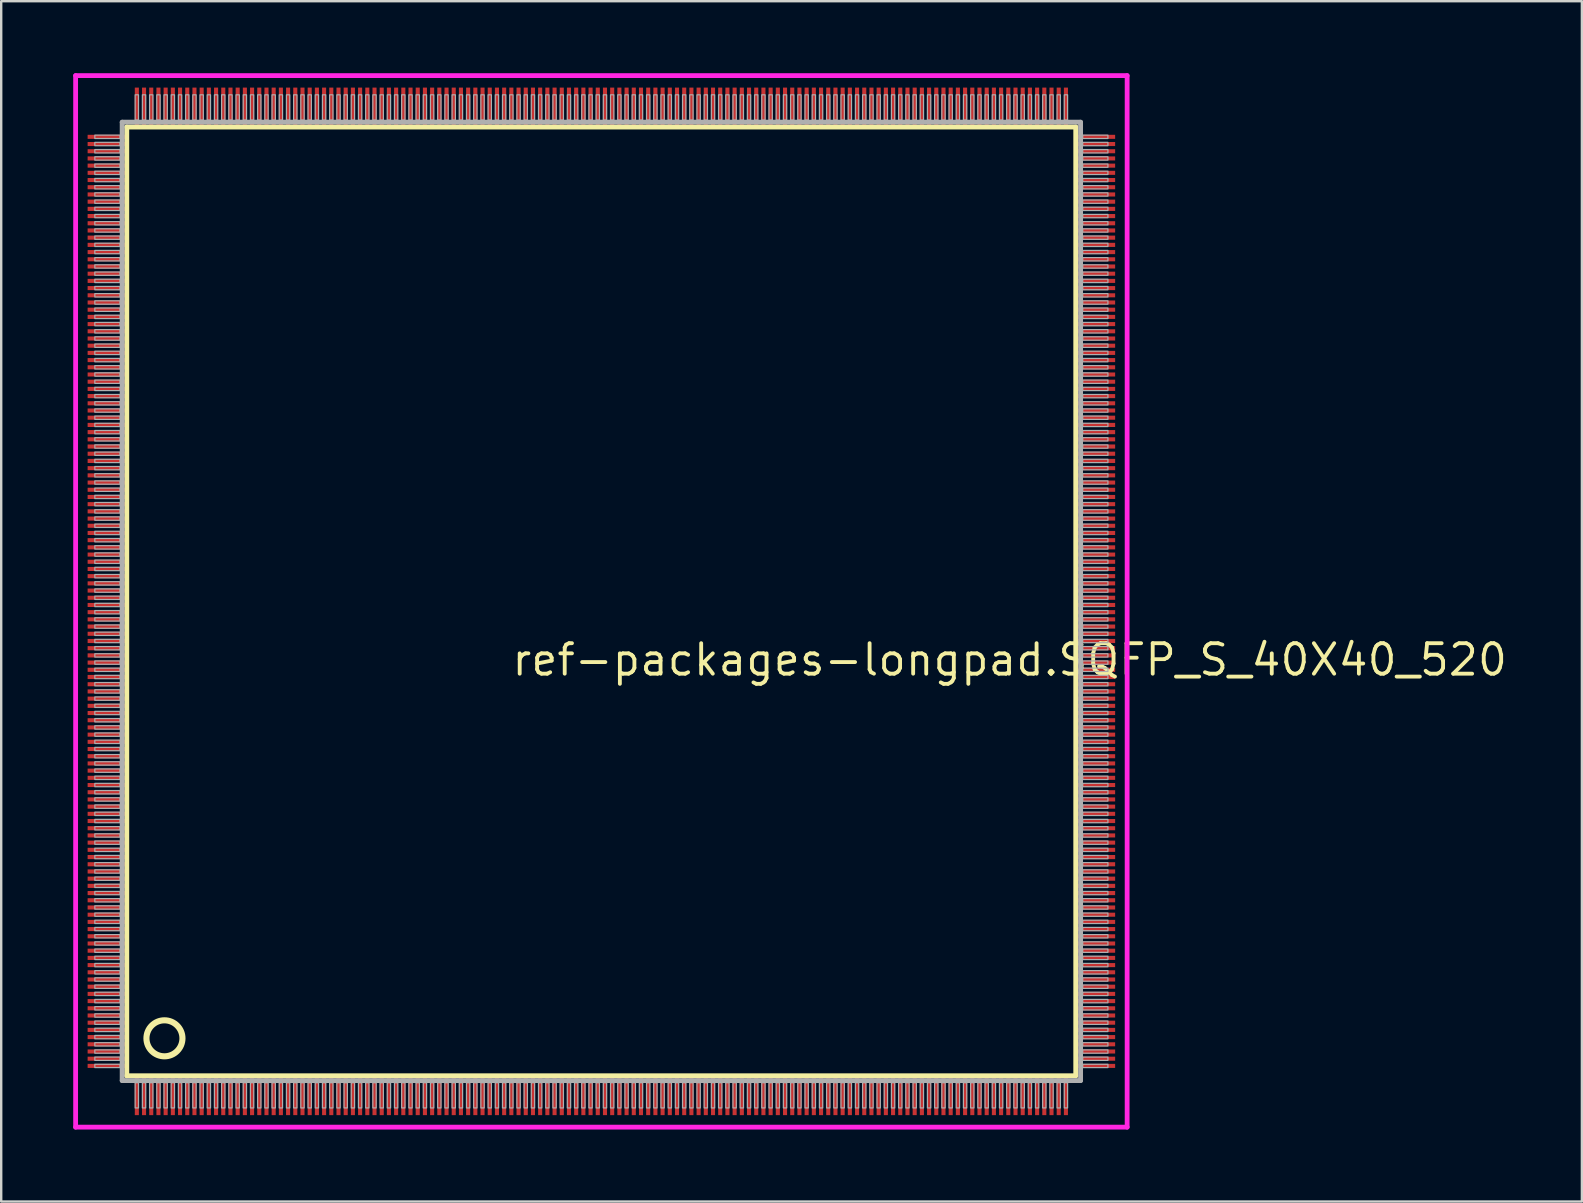
<source format=kicad_pcb>
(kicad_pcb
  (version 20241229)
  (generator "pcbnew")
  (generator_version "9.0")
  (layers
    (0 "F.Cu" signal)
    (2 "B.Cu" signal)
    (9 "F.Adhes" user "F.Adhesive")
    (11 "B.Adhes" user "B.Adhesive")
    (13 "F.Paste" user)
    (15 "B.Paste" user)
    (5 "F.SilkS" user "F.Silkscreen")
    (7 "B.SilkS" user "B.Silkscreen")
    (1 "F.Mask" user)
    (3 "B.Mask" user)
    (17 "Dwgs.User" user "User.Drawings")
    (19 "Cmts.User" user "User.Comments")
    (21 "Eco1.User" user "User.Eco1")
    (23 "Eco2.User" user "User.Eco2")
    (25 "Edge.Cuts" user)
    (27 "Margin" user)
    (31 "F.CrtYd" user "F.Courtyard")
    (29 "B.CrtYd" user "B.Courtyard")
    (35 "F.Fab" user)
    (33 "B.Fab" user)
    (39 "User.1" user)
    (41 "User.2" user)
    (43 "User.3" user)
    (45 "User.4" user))
  (footprint "ref-packages-longpad.SQFP_S_40X40_520"
    (layer "F.Cu")
    (at 22 22)
    (property "Reference" "ref-packages-longpad.SQFP_S_40X40_520" (at -3.81 3.175 0) (layer "F.SilkS") (effects (font (size 1.27 1.27) (thickness 0.16)) (justify left bottom)))
    (attr smd)
    (fp_line (start -19.77 -19.76) (end 19.76 -19.76) (stroke (width 0.203) (type default)) (layer "F.SilkS"))
    (fp_line (start -19.77 19.76) (end -19.77 -19.76) (stroke (width 0.203) (type default)) (layer "F.SilkS"))
    (fp_line (start 19.76 19.76) (end -19.77 19.76) (stroke (width 0.203) (type default)) (layer "F.SilkS"))
    (fp_line (start 19.76 -19.76) (end 19.76 19.76) (stroke (width 0.203) (type default)) (layer "F.SilkS"))
    (fp_circle (center -18.2 18.2) (end -17.45 18.2) (stroke (width 0.254) (type default)) (fill no) (layer "F.SilkS"))
    (fp_line (start -21.9 -21.9) (end 21.9 -21.9) (stroke (width 0.2) (type default)) (layer "F.CrtYd"))
    (fp_line (start -21.9 21.9) (end -21.9 -21.9) (stroke (width 0.2) (type default)) (layer "F.CrtYd"))
    (fp_line (start 21.9 -21.9) (end 21.9 21.9) (stroke (width 0.2) (type default)) (layer "F.CrtYd"))
    (fp_line (start 21.9 21.9) (end -21.9 21.9) (stroke (width 0.2) (type default)) (layer "F.CrtYd"))
    (fp_line (start -19.96 -19.96) (end -19.96 19.96) (stroke (width 0.203) (type default)) (layer "F.Fab"))
    (fp_line (start -19.96 19.96) (end 19.96 19.96) (stroke (width 0.203) (type default)) (layer "F.Fab"))
    (fp_line (start 19.96 -19.96) (end -19.96 -19.96) (stroke (width 0.203) (type default)) (layer "F.Fab"))
    (fp_line (start 19.96 19.96) (end 19.96 -19.96) (stroke (width 0.203) (type default)) (layer "F.Fab"))
    (fp_rect (start -21.1 -19.28) (end -20.05 -19.42) (stroke (width 0.05) (type default)) (fill no) (layer "F.Fab"))
    (fp_rect (start -21.1 -18.98) (end -20.05 -19.12) (stroke (width 0.05) (type default)) (fill no) (layer "F.Fab"))
    (fp_rect (start -21.1 -18.68) (end -20.05 -18.82) (stroke (width 0.05) (type default)) (fill no) (layer "F.Fab"))
    (fp_rect (start -21.1 -18.38) (end -20.05 -18.52) (stroke (width 0.05) (type default)) (fill no) (layer "F.Fab"))
    (fp_rect (start -21.1 -18.08) (end -20.05 -18.22) (stroke (width 0.05) (type default)) (fill no) (layer "F.Fab"))
    (fp_rect (start -21.1 -17.78) (end -20.05 -17.92) (stroke (width 0.05) (type default)) (fill no) (layer "F.Fab"))
    (fp_rect (start -21.1 -17.48) (end -20.05 -17.62) (stroke (width 0.05) (type default)) (fill no) (layer "F.Fab"))
    (fp_rect (start -21.1 -17.18) (end -20.05 -17.32) (stroke (width 0.05) (type default)) (fill no) (layer "F.Fab"))
    (fp_rect (start -21.1 -16.88) (end -20.05 -17.02) (stroke (width 0.05) (type default)) (fill no) (layer "F.Fab"))
    (fp_rect (start -21.1 -16.58) (end -20.05 -16.72) (stroke (width 0.05) (type default)) (fill no) (layer "F.Fab"))
    (fp_rect (start -21.1 -16.28) (end -20.05 -16.42) (stroke (width 0.05) (type default)) (fill no) (layer "F.Fab"))
    (fp_rect (start -21.1 -15.98) (end -20.05 -16.12) (stroke (width 0.05) (type default)) (fill no) (layer "F.Fab"))
    (fp_rect (start -21.1 -15.68) (end -20.05 -15.82) (stroke (width 0.05) (type default)) (fill no) (layer "F.Fab"))
    (fp_rect (start -21.1 -15.38) (end -20.05 -15.52) (stroke (width 0.05) (type default)) (fill no) (layer "F.Fab"))
    (fp_rect (start -21.1 -15.08) (end -20.05 -15.22) (stroke (width 0.05) (type default)) (fill no) (layer "F.Fab"))
    (fp_rect (start -21.1 -14.78) (end -20.05 -14.92) (stroke (width 0.05) (type default)) (fill no) (layer "F.Fab"))
    (fp_rect (start -21.1 -14.48) (end -20.05 -14.62) (stroke (width 0.05) (type default)) (fill no) (layer "F.Fab"))
    (fp_rect (start -21.1 -14.18) (end -20.05 -14.32) (stroke (width 0.05) (type default)) (fill no) (layer "F.Fab"))
    (fp_rect (start -21.1 -13.88) (end -20.05 -14.02) (stroke (width 0.05) (type default)) (fill no) (layer "F.Fab"))
    (fp_rect (start -21.1 -13.58) (end -20.05 -13.72) (stroke (width 0.05) (type default)) (fill no) (layer "F.Fab"))
    (fp_rect (start -21.1 -13.28) (end -20.05 -13.42) (stroke (width 0.05) (type default)) (fill no) (layer "F.Fab"))
    (fp_rect (start -21.1 -12.98) (end -20.05 -13.12) (stroke (width 0.05) (type default)) (fill no) (layer "F.Fab"))
    (fp_rect (start -21.1 -12.68) (end -20.05 -12.82) (stroke (width 0.05) (type default)) (fill no) (layer "F.Fab"))
    (fp_rect (start -21.1 -12.38) (end -20.05 -12.52) (stroke (width 0.05) (type default)) (fill no) (layer "F.Fab"))
    (fp_rect (start -21.1 -12.08) (end -20.05 -12.22) (stroke (width 0.05) (type default)) (fill no) (layer "F.Fab"))
    (fp_rect (start -21.1 -11.78) (end -20.05 -11.92) (stroke (width 0.05) (type default)) (fill no) (layer "F.Fab"))
    (fp_rect (start -21.1 -11.48) (end -20.05 -11.62) (stroke (width 0.05) (type default)) (fill no) (layer "F.Fab"))
    (fp_rect (start -21.1 -11.18) (end -20.05 -11.32) (stroke (width 0.05) (type default)) (fill no) (layer "F.Fab"))
    (fp_rect (start -21.1 -10.88) (end -20.05 -11.02) (stroke (width 0.05) (type default)) (fill no) (layer "F.Fab"))
    (fp_rect (start -21.1 -10.58) (end -20.05 -10.72) (stroke (width 0.05) (type default)) (fill no) (layer "F.Fab"))
    (fp_rect (start -21.1 -10.28) (end -20.05 -10.42) (stroke (width 0.05) (type default)) (fill no) (layer "F.Fab"))
    (fp_rect (start -21.1 -9.98) (end -20.05 -10.12) (stroke (width 0.05) (type default)) (fill no) (layer "F.Fab"))
    (fp_rect (start -21.1 -9.68) (end -20.05 -9.82) (stroke (width 0.05) (type default)) (fill no) (layer "F.Fab"))
    (fp_rect (start -21.1 -9.38) (end -20.05 -9.52) (stroke (width 0.05) (type default)) (fill no) (layer "F.Fab"))
    (fp_rect (start -21.1 -9.08) (end -20.05 -9.22) (stroke (width 0.05) (type default)) (fill no) (layer "F.Fab"))
    (fp_rect (start -21.1 -8.78) (end -20.05 -8.92) (stroke (width 0.05) (type default)) (fill no) (layer "F.Fab"))
    (fp_rect (start -21.1 -8.48) (end -20.05 -8.62) (stroke (width 0.05) (type default)) (fill no) (layer "F.Fab"))
    (fp_rect (start -21.1 -8.18) (end -20.05 -8.32) (stroke (width 0.05) (type default)) (fill no) (layer "F.Fab"))
    (fp_rect (start -21.1 -7.88) (end -20.05 -8.02) (stroke (width 0.05) (type default)) (fill no) (layer "F.Fab"))
    (fp_rect (start -21.1 -7.58) (end -20.05 -7.72) (stroke (width 0.05) (type default)) (fill no) (layer "F.Fab"))
    (fp_rect (start -21.1 -7.28) (end -20.05 -7.42) (stroke (width 0.05) (type default)) (fill no) (layer "F.Fab"))
    (fp_rect (start -21.1 -6.98) (end -20.05 -7.12) (stroke (width 0.05) (type default)) (fill no) (layer "F.Fab"))
    (fp_rect (start -21.1 -6.68) (end -20.05 -6.82) (stroke (width 0.05) (type default)) (fill no) (layer "F.Fab"))
    (fp_rect (start -21.1 -6.38) (end -20.05 -6.52) (stroke (width 0.05) (type default)) (fill no) (layer "F.Fab"))
    (fp_rect (start -21.1 -6.08) (end -20.05 -6.22) (stroke (width 0.05) (type default)) (fill no) (layer "F.Fab"))
    (fp_rect (start -21.1 -5.78) (end -20.05 -5.92) (stroke (width 0.05) (type default)) (fill no) (layer "F.Fab"))
    (fp_rect (start -21.1 -5.48) (end -20.05 -5.62) (stroke (width 0.05) (type default)) (fill no) (layer "F.Fab"))
    (fp_rect (start -21.1 -5.18) (end -20.05 -5.32) (stroke (width 0.05) (type default)) (fill no) (layer "F.Fab"))
    (fp_rect (start -21.1 -4.88) (end -20.05 -5.02) (stroke (width 0.05) (type default)) (fill no) (layer "F.Fab"))
    (fp_rect (start -21.1 -4.58) (end -20.05 -4.72) (stroke (width 0.05) (type default)) (fill no) (layer "F.Fab"))
    (fp_rect (start -21.1 -4.28) (end -20.05 -4.42) (stroke (width 0.05) (type default)) (fill no) (layer "F.Fab"))
    (fp_rect (start -21.1 -3.98) (end -20.05 -4.12) (stroke (width 0.05) (type default)) (fill no) (layer "F.Fab"))
    (fp_rect (start -21.1 -3.68) (end -20.05 -3.82) (stroke (width 0.05) (type default)) (fill no) (layer "F.Fab"))
    (fp_rect (start -21.1 -3.38) (end -20.05 -3.52) (stroke (width 0.05) (type default)) (fill no) (layer "F.Fab"))
    (fp_rect (start -21.1 -3.08) (end -20.05 -3.22) (stroke (width 0.05) (type default)) (fill no) (layer "F.Fab"))
    (fp_rect (start -21.1 -2.78) (end -20.05 -2.92) (stroke (width 0.05) (type default)) (fill no) (layer "F.Fab"))
    (fp_rect (start -21.1 -2.48) (end -20.05 -2.62) (stroke (width 0.05) (type default)) (fill no) (layer "F.Fab"))
    (fp_rect (start -21.1 -2.18) (end -20.05 -2.32) (stroke (width 0.05) (type default)) (fill no) (layer "F.Fab"))
    (fp_rect (start -21.1 -1.88) (end -20.05 -2.02) (stroke (width 0.05) (type default)) (fill no) (layer "F.Fab"))
    (fp_rect (start -21.1 -1.58) (end -20.05 -1.72) (stroke (width 0.05) (type default)) (fill no) (layer "F.Fab"))
    (fp_rect (start -21.1 -1.28) (end -20.05 -1.42) (stroke (width 0.05) (type default)) (fill no) (layer "F.Fab"))
    (fp_rect (start -21.1 -0.98) (end -20.05 -1.12) (stroke (width 0.05) (type default)) (fill no) (layer "F.Fab"))
    (fp_rect (start -21.1 -0.68) (end -20.05 -0.82) (stroke (width 0.05) (type default)) (fill no) (layer "F.Fab"))
    (fp_rect (start -21.1 -0.38) (end -20.05 -0.52) (stroke (width 0.05) (type default)) (fill no) (layer "F.Fab"))
    (fp_rect (start -21.1 -0.08) (end -20.05 -0.22) (stroke (width 0.05) (type default)) (fill no) (layer "F.Fab"))
    (fp_rect (start -21.1 0.22) (end -20.05 0.08) (stroke (width 0.05) (type default)) (fill no) (layer "F.Fab"))
    (fp_rect (start -21.1 0.52) (end -20.05 0.38) (stroke (width 0.05) (type default)) (fill no) (layer "F.Fab"))
    (fp_rect (start -21.1 0.82) (end -20.05 0.68) (stroke (width 0.05) (type default)) (fill no) (layer "F.Fab"))
    (fp_rect (start -21.1 1.12) (end -20.05 0.98) (stroke (width 0.05) (type default)) (fill no) (layer "F.Fab"))
    (fp_rect (start -21.1 1.42) (end -20.05 1.28) (stroke (width 0.05) (type default)) (fill no) (layer "F.Fab"))
    (fp_rect (start -21.1 1.72) (end -20.05 1.58) (stroke (width 0.05) (type default)) (fill no) (layer "F.Fab"))
    (fp_rect (start -21.1 2.02) (end -20.05 1.88) (stroke (width 0.05) (type default)) (fill no) (layer "F.Fab"))
    (fp_rect (start -21.1 2.32) (end -20.05 2.18) (stroke (width 0.05) (type default)) (fill no) (layer "F.Fab"))
    (fp_rect (start -21.1 2.62) (end -20.05 2.48) (stroke (width 0.05) (type default)) (fill no) (layer "F.Fab"))
    (fp_rect (start -21.1 2.92) (end -20.05 2.78) (stroke (width 0.05) (type default)) (fill no) (layer "F.Fab"))
    (fp_rect (start -21.1 3.22) (end -20.05 3.08) (stroke (width 0.05) (type default)) (fill no) (layer "F.Fab"))
    (fp_rect (start -21.1 3.52) (end -20.05 3.38) (stroke (width 0.05) (type default)) (fill no) (layer "F.Fab"))
    (fp_rect (start -21.1 3.82) (end -20.05 3.68) (stroke (width 0.05) (type default)) (fill no) (layer "F.Fab"))
    (fp_rect (start -21.1 4.12) (end -20.05 3.98) (stroke (width 0.05) (type default)) (fill no) (layer "F.Fab"))
    (fp_rect (start -21.1 4.42) (end -20.05 4.28) (stroke (width 0.05) (type default)) (fill no) (layer "F.Fab"))
    (fp_rect (start -21.1 4.72) (end -20.05 4.58) (stroke (width 0.05) (type default)) (fill no) (layer "F.Fab"))
    (fp_rect (start -21.1 5.02) (end -20.05 4.88) (stroke (width 0.05) (type default)) (fill no) (layer "F.Fab"))
    (fp_rect (start -21.1 5.32) (end -20.05 5.18) (stroke (width 0.05) (type default)) (fill no) (layer "F.Fab"))
    (fp_rect (start -21.1 5.62) (end -20.05 5.48) (stroke (width 0.05) (type default)) (fill no) (layer "F.Fab"))
    (fp_rect (start -21.1 5.92) (end -20.05 5.78) (stroke (width 0.05) (type default)) (fill no) (layer "F.Fab"))
    (fp_rect (start -21.1 6.22) (end -20.05 6.08) (stroke (width 0.05) (type default)) (fill no) (layer "F.Fab"))
    (fp_rect (start -21.1 6.52) (end -20.05 6.38) (stroke (width 0.05) (type default)) (fill no) (layer "F.Fab"))
    (fp_rect (start -21.1 6.82) (end -20.05 6.68) (stroke (width 0.05) (type default)) (fill no) (layer "F.Fab"))
    (fp_rect (start -21.1 7.12) (end -20.05 6.98) (stroke (width 0.05) (type default)) (fill no) (layer "F.Fab"))
    (fp_rect (start -21.1 7.42) (end -20.05 7.28) (stroke (width 0.05) (type default)) (fill no) (layer "F.Fab"))
    (fp_rect (start -21.1 7.72) (end -20.05 7.58) (stroke (width 0.05) (type default)) (fill no) (layer "F.Fab"))
    (fp_rect (start -21.1 8.02) (end -20.05 7.88) (stroke (width 0.05) (type default)) (fill no) (layer "F.Fab"))
    (fp_rect (start -21.1 8.32) (end -20.05 8.18) (stroke (width 0.05) (type default)) (fill no) (layer "F.Fab"))
    (fp_rect (start -21.1 8.62) (end -20.05 8.48) (stroke (width 0.05) (type default)) (fill no) (layer "F.Fab"))
    (fp_rect (start -21.1 8.92) (end -20.05 8.78) (stroke (width 0.05) (type default)) (fill no) (layer "F.Fab"))
    (fp_rect (start -21.1 9.22) (end -20.05 9.08) (stroke (width 0.05) (type default)) (fill no) (layer "F.Fab"))
    (fp_rect (start -21.1 9.52) (end -20.05 9.38) (stroke (width 0.05) (type default)) (fill no) (layer "F.Fab"))
    (fp_rect (start -21.1 9.82) (end -20.05 9.68) (stroke (width 0.05) (type default)) (fill no) (layer "F.Fab"))
    (fp_rect (start -21.1 10.12) (end -20.05 9.98) (stroke (width 0.05) (type default)) (fill no) (layer "F.Fab"))
    (fp_rect (start -21.1 10.42) (end -20.05 10.28) (stroke (width 0.05) (type default)) (fill no) (layer "F.Fab"))
    (fp_rect (start -21.1 10.72) (end -20.05 10.58) (stroke (width 0.05) (type default)) (fill no) (layer "F.Fab"))
    (fp_rect (start -21.1 11.02) (end -20.05 10.88) (stroke (width 0.05) (type default)) (fill no) (layer "F.Fab"))
    (fp_rect (start -21.1 11.32) (end -20.05 11.18) (stroke (width 0.05) (type default)) (fill no) (layer "F.Fab"))
    (fp_rect (start -21.1 11.62) (end -20.05 11.48) (stroke (width 0.05) (type default)) (fill no) (layer "F.Fab"))
    (fp_rect (start -21.1 11.92) (end -20.05 11.78) (stroke (width 0.05) (type default)) (fill no) (layer "F.Fab"))
    (fp_rect (start -21.1 12.22) (end -20.05 12.08) (stroke (width 0.05) (type default)) (fill no) (layer "F.Fab"))
    (fp_rect (start -21.1 12.52) (end -20.05 12.38) (stroke (width 0.05) (type default)) (fill no) (layer "F.Fab"))
    (fp_rect (start -21.1 12.82) (end -20.05 12.68) (stroke (width 0.05) (type default)) (fill no) (layer "F.Fab"))
    (fp_rect (start -21.1 13.12) (end -20.05 12.98) (stroke (width 0.05) (type default)) (fill no) (layer "F.Fab"))
    (fp_rect (start -21.1 13.42) (end -20.05 13.28) (stroke (width 0.05) (type default)) (fill no) (layer "F.Fab"))
    (fp_rect (start -21.1 13.72) (end -20.05 13.58) (stroke (width 0.05) (type default)) (fill no) (layer "F.Fab"))
    (fp_rect (start -21.1 14.02) (end -20.05 13.88) (stroke (width 0.05) (type default)) (fill no) (layer "F.Fab"))
    (fp_rect (start -21.1 14.32) (end -20.05 14.18) (stroke (width 0.05) (type default)) (fill no) (layer "F.Fab"))
    (fp_rect (start -21.1 14.62) (end -20.05 14.48) (stroke (width 0.05) (type default)) (fill no) (layer "F.Fab"))
    (fp_rect (start -21.1 14.92) (end -20.05 14.78) (stroke (width 0.05) (type default)) (fill no) (layer "F.Fab"))
    (fp_rect (start -21.1 15.22) (end -20.05 15.08) (stroke (width 0.05) (type default)) (fill no) (layer "F.Fab"))
    (fp_rect (start -21.1 15.52) (end -20.05 15.38) (stroke (width 0.05) (type default)) (fill no) (layer "F.Fab"))
    (fp_rect (start -21.1 15.82) (end -20.05 15.68) (stroke (width 0.05) (type default)) (fill no) (layer "F.Fab"))
    (fp_rect (start -21.1 16.12) (end -20.05 15.98) (stroke (width 0.05) (type default)) (fill no) (layer "F.Fab"))
    (fp_rect (start -21.1 16.42) (end -20.05 16.28) (stroke (width 0.05) (type default)) (fill no) (layer "F.Fab"))
    (fp_rect (start -21.1 16.72) (end -20.05 16.58) (stroke (width 0.05) (type default)) (fill no) (layer "F.Fab"))
    (fp_rect (start -21.1 17.02) (end -20.05 16.88) (stroke (width 0.05) (type default)) (fill no) (layer "F.Fab"))
    (fp_rect (start -21.1 17.32) (end -20.05 17.18) (stroke (width 0.05) (type default)) (fill no) (layer "F.Fab"))
    (fp_rect (start -21.1 17.62) (end -20.05 17.48) (stroke (width 0.05) (type default)) (fill no) (layer "F.Fab"))
    (fp_rect (start -21.1 17.92) (end -20.05 17.78) (stroke (width 0.05) (type default)) (fill no) (layer "F.Fab"))
    (fp_rect (start -21.1 18.22) (end -20.05 18.08) (stroke (width 0.05) (type default)) (fill no) (layer "F.Fab"))
    (fp_rect (start -21.1 18.52) (end -20.05 18.38) (stroke (width 0.05) (type default)) (fill no) (layer "F.Fab"))
    (fp_rect (start -21.1 18.82) (end -20.05 18.68) (stroke (width 0.05) (type default)) (fill no) (layer "F.Fab"))
    (fp_rect (start -21.1 19.12) (end -20.05 18.98) (stroke (width 0.05) (type default)) (fill no) (layer "F.Fab"))
    (fp_rect (start -21.1 19.42) (end -20.05 19.28) (stroke (width 0.05) (type default)) (fill no) (layer "F.Fab"))
    (fp_rect (start -19.42 -20.05) (end -19.28 -21.1) (stroke (width 0.05) (type default)) (fill no) (layer "F.Fab"))
    (fp_rect (start -19.42 21.1) (end -19.28 20.05) (stroke (width 0.05) (type default)) (fill no) (layer "F.Fab"))
    (fp_rect (start -19.12 -20.05) (end -18.98 -21.1) (stroke (width 0.05) (type default)) (fill no) (layer "F.Fab"))
    (fp_rect (start -19.12 21.1) (end -18.98 20.05) (stroke (width 0.05) (type default)) (fill no) (layer "F.Fab"))
    (fp_rect (start -18.82 -20.05) (end -18.68 -21.1) (stroke (width 0.05) (type default)) (fill no) (layer "F.Fab"))
    (fp_rect (start -18.82 21.1) (end -18.68 20.05) (stroke (width 0.05) (type default)) (fill no) (layer "F.Fab"))
    (fp_rect (start -18.52 -20.05) (end -18.38 -21.1) (stroke (width 0.05) (type default)) (fill no) (layer "F.Fab"))
    (fp_rect (start -18.52 21.1) (end -18.38 20.05) (stroke (width 0.05) (type default)) (fill no) (layer "F.Fab"))
    (fp_rect (start -18.22 -20.05) (end -18.08 -21.1) (stroke (width 0.05) (type default)) (fill no) (layer "F.Fab"))
    (fp_rect (start -18.22 21.1) (end -18.08 20.05) (stroke (width 0.05) (type default)) (fill no) (layer "F.Fab"))
    (fp_rect (start -17.92 -20.05) (end -17.78 -21.1) (stroke (width 0.05) (type default)) (fill no) (layer "F.Fab"))
    (fp_rect (start -17.92 21.1) (end -17.78 20.05) (stroke (width 0.05) (type default)) (fill no) (layer "F.Fab"))
    (fp_rect (start -17.62 -20.05) (end -17.48 -21.1) (stroke (width 0.05) (type default)) (fill no) (layer "F.Fab"))
    (fp_rect (start -17.62 21.1) (end -17.48 20.05) (stroke (width 0.05) (type default)) (fill no) (layer "F.Fab"))
    (fp_rect (start -17.32 -20.05) (end -17.18 -21.1) (stroke (width 0.05) (type default)) (fill no) (layer "F.Fab"))
    (fp_rect (start -17.32 21.1) (end -17.18 20.05) (stroke (width 0.05) (type default)) (fill no) (layer "F.Fab"))
    (fp_rect (start -17.02 -20.05) (end -16.88 -21.1) (stroke (width 0.05) (type default)) (fill no) (layer "F.Fab"))
    (fp_rect (start -17.02 21.1) (end -16.88 20.05) (stroke (width 0.05) (type default)) (fill no) (layer "F.Fab"))
    (fp_rect (start -16.72 -20.05) (end -16.58 -21.1) (stroke (width 0.05) (type default)) (fill no) (layer "F.Fab"))
    (fp_rect (start -16.72 21.1) (end -16.58 20.05) (stroke (width 0.05) (type default)) (fill no) (layer "F.Fab"))
    (fp_rect (start -16.42 -20.05) (end -16.28 -21.1) (stroke (width 0.05) (type default)) (fill no) (layer "F.Fab"))
    (fp_rect (start -16.42 21.1) (end -16.28 20.05) (stroke (width 0.05) (type default)) (fill no) (layer "F.Fab"))
    (fp_rect (start -16.12 -20.05) (end -15.98 -21.1) (stroke (width 0.05) (type default)) (fill no) (layer "F.Fab"))
    (fp_rect (start -16.12 21.1) (end -15.98 20.05) (stroke (width 0.05) (type default)) (fill no) (layer "F.Fab"))
    (fp_rect (start -15.82 -20.05) (end -15.68 -21.1) (stroke (width 0.05) (type default)) (fill no) (layer "F.Fab"))
    (fp_rect (start -15.82 21.1) (end -15.68 20.05) (stroke (width 0.05) (type default)) (fill no) (layer "F.Fab"))
    (fp_rect (start -15.52 -20.05) (end -15.38 -21.1) (stroke (width 0.05) (type default)) (fill no) (layer "F.Fab"))
    (fp_rect (start -15.52 21.1) (end -15.38 20.05) (stroke (width 0.05) (type default)) (fill no) (layer "F.Fab"))
    (fp_rect (start -15.22 -20.05) (end -15.08 -21.1) (stroke (width 0.05) (type default)) (fill no) (layer "F.Fab"))
    (fp_rect (start -15.22 21.1) (end -15.08 20.05) (stroke (width 0.05) (type default)) (fill no) (layer "F.Fab"))
    (fp_rect (start -14.92 -20.05) (end -14.78 -21.1) (stroke (width 0.05) (type default)) (fill no) (layer "F.Fab"))
    (fp_rect (start -14.92 21.1) (end -14.78 20.05) (stroke (width 0.05) (type default)) (fill no) (layer "F.Fab"))
    (fp_rect (start -14.62 -20.05) (end -14.48 -21.1) (stroke (width 0.05) (type default)) (fill no) (layer "F.Fab"))
    (fp_rect (start -14.62 21.1) (end -14.48 20.05) (stroke (width 0.05) (type default)) (fill no) (layer "F.Fab"))
    (fp_rect (start -14.32 -20.05) (end -14.18 -21.1) (stroke (width 0.05) (type default)) (fill no) (layer "F.Fab"))
    (fp_rect (start -14.32 21.1) (end -14.18 20.05) (stroke (width 0.05) (type default)) (fill no) (layer "F.Fab"))
    (fp_rect (start -14.02 -20.05) (end -13.88 -21.1) (stroke (width 0.05) (type default)) (fill no) (layer "F.Fab"))
    (fp_rect (start -14.02 21.1) (end -13.88 20.05) (stroke (width 0.05) (type default)) (fill no) (layer "F.Fab"))
    (fp_rect (start -13.72 -20.05) (end -13.58 -21.1) (stroke (width 0.05) (type default)) (fill no) (layer "F.Fab"))
    (fp_rect (start -13.72 21.1) (end -13.58 20.05) (stroke (width 0.05) (type default)) (fill no) (layer "F.Fab"))
    (fp_rect (start -13.42 -20.05) (end -13.28 -21.1) (stroke (width 0.05) (type default)) (fill no) (layer "F.Fab"))
    (fp_rect (start -13.42 21.1) (end -13.28 20.05) (stroke (width 0.05) (type default)) (fill no) (layer "F.Fab"))
    (fp_rect (start -13.12 -20.05) (end -12.98 -21.1) (stroke (width 0.05) (type default)) (fill no) (layer "F.Fab"))
    (fp_rect (start -13.12 21.1) (end -12.98 20.05) (stroke (width 0.05) (type default)) (fill no) (layer "F.Fab"))
    (fp_rect (start -12.82 -20.05) (end -12.68 -21.1) (stroke (width 0.05) (type default)) (fill no) (layer "F.Fab"))
    (fp_rect (start -12.82 21.1) (end -12.68 20.05) (stroke (width 0.05) (type default)) (fill no) (layer "F.Fab"))
    (fp_rect (start -12.52 -20.05) (end -12.38 -21.1) (stroke (width 0.05) (type default)) (fill no) (layer "F.Fab"))
    (fp_rect (start -12.52 21.1) (end -12.38 20.05) (stroke (width 0.05) (type default)) (fill no) (layer "F.Fab"))
    (fp_rect (start -12.22 -20.05) (end -12.08 -21.1) (stroke (width 0.05) (type default)) (fill no) (layer "F.Fab"))
    (fp_rect (start -12.22 21.1) (end -12.08 20.05) (stroke (width 0.05) (type default)) (fill no) (layer "F.Fab"))
    (fp_rect (start -11.92 -20.05) (end -11.78 -21.1) (stroke (width 0.05) (type default)) (fill no) (layer "F.Fab"))
    (fp_rect (start -11.92 21.1) (end -11.78 20.05) (stroke (width 0.05) (type default)) (fill no) (layer "F.Fab"))
    (fp_rect (start -11.62 -20.05) (end -11.48 -21.1) (stroke (width 0.05) (type default)) (fill no) (layer "F.Fab"))
    (fp_rect (start -11.62 21.1) (end -11.48 20.05) (stroke (width 0.05) (type default)) (fill no) (layer "F.Fab"))
    (fp_rect (start -11.32 -20.05) (end -11.18 -21.1) (stroke (width 0.05) (type default)) (fill no) (layer "F.Fab"))
    (fp_rect (start -11.32 21.1) (end -11.18 20.05) (stroke (width 0.05) (type default)) (fill no) (layer "F.Fab"))
    (fp_rect (start -11.02 -20.05) (end -10.88 -21.1) (stroke (width 0.05) (type default)) (fill no) (layer "F.Fab"))
    (fp_rect (start -11.02 21.1) (end -10.88 20.05) (stroke (width 0.05) (type default)) (fill no) (layer "F.Fab"))
    (fp_rect (start -10.72 -20.05) (end -10.58 -21.1) (stroke (width 0.05) (type default)) (fill no) (layer "F.Fab"))
    (fp_rect (start -10.72 21.1) (end -10.58 20.05) (stroke (width 0.05) (type default)) (fill no) (layer "F.Fab"))
    (fp_rect (start -10.42 -20.05) (end -10.28 -21.1) (stroke (width 0.05) (type default)) (fill no) (layer "F.Fab"))
    (fp_rect (start -10.42 21.1) (end -10.28 20.05) (stroke (width 0.05) (type default)) (fill no) (layer "F.Fab"))
    (fp_rect (start -10.12 -20.05) (end -9.98 -21.1) (stroke (width 0.05) (type default)) (fill no) (layer "F.Fab"))
    (fp_rect (start -10.12 21.1) (end -9.98 20.05) (stroke (width 0.05) (type default)) (fill no) (layer "F.Fab"))
    (fp_rect (start -9.82 -20.05) (end -9.68 -21.1) (stroke (width 0.05) (type default)) (fill no) (layer "F.Fab"))
    (fp_rect (start -9.82 21.1) (end -9.68 20.05) (stroke (width 0.05) (type default)) (fill no) (layer "F.Fab"))
    (fp_rect (start -9.52 -20.05) (end -9.38 -21.1) (stroke (width 0.05) (type default)) (fill no) (layer "F.Fab"))
    (fp_rect (start -9.52 21.1) (end -9.38 20.05) (stroke (width 0.05) (type default)) (fill no) (layer "F.Fab"))
    (fp_rect (start -9.22 -20.05) (end -9.08 -21.1) (stroke (width 0.05) (type default)) (fill no) (layer "F.Fab"))
    (fp_rect (start -9.22 21.1) (end -9.08 20.05) (stroke (width 0.05) (type default)) (fill no) (layer "F.Fab"))
    (fp_rect (start -8.92 -20.05) (end -8.78 -21.1) (stroke (width 0.05) (type default)) (fill no) (layer "F.Fab"))
    (fp_rect (start -8.92 21.1) (end -8.78 20.05) (stroke (width 0.05) (type default)) (fill no) (layer "F.Fab"))
    (fp_rect (start -8.62 -20.05) (end -8.48 -21.1) (stroke (width 0.05) (type default)) (fill no) (layer "F.Fab"))
    (fp_rect (start -8.62 21.1) (end -8.48 20.05) (stroke (width 0.05) (type default)) (fill no) (layer "F.Fab"))
    (fp_rect (start -8.32 -20.05) (end -8.18 -21.1) (stroke (width 0.05) (type default)) (fill no) (layer "F.Fab"))
    (fp_rect (start -8.32 21.1) (end -8.18 20.05) (stroke (width 0.05) (type default)) (fill no) (layer "F.Fab"))
    (fp_rect (start -8.02 -20.05) (end -7.88 -21.1) (stroke (width 0.05) (type default)) (fill no) (layer "F.Fab"))
    (fp_rect (start -8.02 21.1) (end -7.88 20.05) (stroke (width 0.05) (type default)) (fill no) (layer "F.Fab"))
    (fp_rect (start -7.72 -20.05) (end -7.58 -21.1) (stroke (width 0.05) (type default)) (fill no) (layer "F.Fab"))
    (fp_rect (start -7.72 21.1) (end -7.58 20.05) (stroke (width 0.05) (type default)) (fill no) (layer "F.Fab"))
    (fp_rect (start -7.42 -20.05) (end -7.28 -21.1) (stroke (width 0.05) (type default)) (fill no) (layer "F.Fab"))
    (fp_rect (start -7.42 21.1) (end -7.28 20.05) (stroke (width 0.05) (type default)) (fill no) (layer "F.Fab"))
    (fp_rect (start -7.12 -20.05) (end -6.98 -21.1) (stroke (width 0.05) (type default)) (fill no) (layer "F.Fab"))
    (fp_rect (start -7.12 21.1) (end -6.98 20.05) (stroke (width 0.05) (type default)) (fill no) (layer "F.Fab"))
    (fp_rect (start -6.82 -20.05) (end -6.68 -21.1) (stroke (width 0.05) (type default)) (fill no) (layer "F.Fab"))
    (fp_rect (start -6.82 21.1) (end -6.68 20.05) (stroke (width 0.05) (type default)) (fill no) (layer "F.Fab"))
    (fp_rect (start -6.52 -20.05) (end -6.38 -21.1) (stroke (width 0.05) (type default)) (fill no) (layer "F.Fab"))
    (fp_rect (start -6.52 21.1) (end -6.38 20.05) (stroke (width 0.05) (type default)) (fill no) (layer "F.Fab"))
    (fp_rect (start -6.22 -20.05) (end -6.08 -21.1) (stroke (width 0.05) (type default)) (fill no) (layer "F.Fab"))
    (fp_rect (start -6.22 21.1) (end -6.08 20.05) (stroke (width 0.05) (type default)) (fill no) (layer "F.Fab"))
    (fp_rect (start -5.92 -20.05) (end -5.78 -21.1) (stroke (width 0.05) (type default)) (fill no) (layer "F.Fab"))
    (fp_rect (start -5.92 21.1) (end -5.78 20.05) (stroke (width 0.05) (type default)) (fill no) (layer "F.Fab"))
    (fp_rect (start -5.62 -20.05) (end -5.48 -21.1) (stroke (width 0.05) (type default)) (fill no) (layer "F.Fab"))
    (fp_rect (start -5.62 21.1) (end -5.48 20.05) (stroke (width 0.05) (type default)) (fill no) (layer "F.Fab"))
    (fp_rect (start -5.32 -20.05) (end -5.18 -21.1) (stroke (width 0.05) (type default)) (fill no) (layer "F.Fab"))
    (fp_rect (start -5.32 21.1) (end -5.18 20.05) (stroke (width 0.05) (type default)) (fill no) (layer "F.Fab"))
    (fp_rect (start -5.02 -20.05) (end -4.88 -21.1) (stroke (width 0.05) (type default)) (fill no) (layer "F.Fab"))
    (fp_rect (start -5.02 21.1) (end -4.88 20.05) (stroke (width 0.05) (type default)) (fill no) (layer "F.Fab"))
    (fp_rect (start -4.72 -20.05) (end -4.58 -21.1) (stroke (width 0.05) (type default)) (fill no) (layer "F.Fab"))
    (fp_rect (start -4.72 21.1) (end -4.58 20.05) (stroke (width 0.05) (type default)) (fill no) (layer "F.Fab"))
    (fp_rect (start -4.42 -20.05) (end -4.28 -21.1) (stroke (width 0.05) (type default)) (fill no) (layer "F.Fab"))
    (fp_rect (start -4.42 21.1) (end -4.28 20.05) (stroke (width 0.05) (type default)) (fill no) (layer "F.Fab"))
    (fp_rect (start -4.12 -20.05) (end -3.98 -21.1) (stroke (width 0.05) (type default)) (fill no) (layer "F.Fab"))
    (fp_rect (start -4.12 21.1) (end -3.98 20.05) (stroke (width 0.05) (type default)) (fill no) (layer "F.Fab"))
    (fp_rect (start -3.82 -20.05) (end -3.68 -21.1) (stroke (width 0.05) (type default)) (fill no) (layer "F.Fab"))
    (fp_rect (start -3.82 21.1) (end -3.68 20.05) (stroke (width 0.05) (type default)) (fill no) (layer "F.Fab"))
    (fp_rect (start -3.52 -20.05) (end -3.38 -21.1) (stroke (width 0.05) (type default)) (fill no) (layer "F.Fab"))
    (fp_rect (start -3.52 21.1) (end -3.38 20.05) (stroke (width 0.05) (type default)) (fill no) (layer "F.Fab"))
    (fp_rect (start -3.22 -20.05) (end -3.08 -21.1) (stroke (width 0.05) (type default)) (fill no) (layer "F.Fab"))
    (fp_rect (start -3.22 21.1) (end -3.08 20.05) (stroke (width 0.05) (type default)) (fill no) (layer "F.Fab"))
    (fp_rect (start -2.92 -20.05) (end -2.78 -21.1) (stroke (width 0.05) (type default)) (fill no) (layer "F.Fab"))
    (fp_rect (start -2.92 21.1) (end -2.78 20.05) (stroke (width 0.05) (type default)) (fill no) (layer "F.Fab"))
    (fp_rect (start -2.62 -20.05) (end -2.48 -21.1) (stroke (width 0.05) (type default)) (fill no) (layer "F.Fab"))
    (fp_rect (start -2.62 21.1) (end -2.48 20.05) (stroke (width 0.05) (type default)) (fill no) (layer "F.Fab"))
    (fp_rect (start -2.32 -20.05) (end -2.18 -21.1) (stroke (width 0.05) (type default)) (fill no) (layer "F.Fab"))
    (fp_rect (start -2.32 21.1) (end -2.18 20.05) (stroke (width 0.05) (type default)) (fill no) (layer "F.Fab"))
    (fp_rect (start -2.02 -20.05) (end -1.88 -21.1) (stroke (width 0.05) (type default)) (fill no) (layer "F.Fab"))
    (fp_rect (start -2.02 21.1) (end -1.88 20.05) (stroke (width 0.05) (type default)) (fill no) (layer "F.Fab"))
    (fp_rect (start -1.72 -20.05) (end -1.58 -21.1) (stroke (width 0.05) (type default)) (fill no) (layer "F.Fab"))
    (fp_rect (start -1.72 21.1) (end -1.58 20.05) (stroke (width 0.05) (type default)) (fill no) (layer "F.Fab"))
    (fp_rect (start -1.42 -20.05) (end -1.28 -21.1) (stroke (width 0.05) (type default)) (fill no) (layer "F.Fab"))
    (fp_rect (start -1.42 21.1) (end -1.28 20.05) (stroke (width 0.05) (type default)) (fill no) (layer "F.Fab"))
    (fp_rect (start -1.12 -20.05) (end -0.98 -21.1) (stroke (width 0.05) (type default)) (fill no) (layer "F.Fab"))
    (fp_rect (start -1.12 21.1) (end -0.98 20.05) (stroke (width 0.05) (type default)) (fill no) (layer "F.Fab"))
    (fp_rect (start -0.82 -20.05) (end -0.68 -21.1) (stroke (width 0.05) (type default)) (fill no) (layer "F.Fab"))
    (fp_rect (start -0.82 21.1) (end -0.68 20.05) (stroke (width 0.05) (type default)) (fill no) (layer "F.Fab"))
    (fp_rect (start -0.52 -20.05) (end -0.38 -21.1) (stroke (width 0.05) (type default)) (fill no) (layer "F.Fab"))
    (fp_rect (start -0.52 21.1) (end -0.38 20.05) (stroke (width 0.05) (type default)) (fill no) (layer "F.Fab"))
    (fp_rect (start -0.22 -20.05) (end -0.08 -21.1) (stroke (width 0.05) (type default)) (fill no) (layer "F.Fab"))
    (fp_rect (start -0.22 21.1) (end -0.08 20.05) (stroke (width 0.05) (type default)) (fill no) (layer "F.Fab"))
    (fp_rect (start 0.08 -20.05) (end 0.22 -21.1) (stroke (width 0.05) (type default)) (fill no) (layer "F.Fab"))
    (fp_rect (start 0.08 21.1) (end 0.22 20.05) (stroke (width 0.05) (type default)) (fill no) (layer "F.Fab"))
    (fp_rect (start 0.38 -20.05) (end 0.52 -21.1) (stroke (width 0.05) (type default)) (fill no) (layer "F.Fab"))
    (fp_rect (start 0.38 21.1) (end 0.52 20.05) (stroke (width 0.05) (type default)) (fill no) (layer "F.Fab"))
    (fp_rect (start 0.68 -20.05) (end 0.82 -21.1) (stroke (width 0.05) (type default)) (fill no) (layer "F.Fab"))
    (fp_rect (start 0.68 21.1) (end 0.82 20.05) (stroke (width 0.05) (type default)) (fill no) (layer "F.Fab"))
    (fp_rect (start 0.98 -20.05) (end 1.12 -21.1) (stroke (width 0.05) (type default)) (fill no) (layer "F.Fab"))
    (fp_rect (start 0.98 21.1) (end 1.12 20.05) (stroke (width 0.05) (type default)) (fill no) (layer "F.Fab"))
    (fp_rect (start 1.28 -20.05) (end 1.42 -21.1) (stroke (width 0.05) (type default)) (fill no) (layer "F.Fab"))
    (fp_rect (start 1.28 21.1) (end 1.42 20.05) (stroke (width 0.05) (type default)) (fill no) (layer "F.Fab"))
    (fp_rect (start 1.58 -20.05) (end 1.72 -21.1) (stroke (width 0.05) (type default)) (fill no) (layer "F.Fab"))
    (fp_rect (start 1.58 21.1) (end 1.72 20.05) (stroke (width 0.05) (type default)) (fill no) (layer "F.Fab"))
    (fp_rect (start 1.88 -20.05) (end 2.02 -21.1) (stroke (width 0.05) (type default)) (fill no) (layer "F.Fab"))
    (fp_rect (start 1.88 21.1) (end 2.02 20.05) (stroke (width 0.05) (type default)) (fill no) (layer "F.Fab"))
    (fp_rect (start 2.18 -20.05) (end 2.32 -21.1) (stroke (width 0.05) (type default)) (fill no) (layer "F.Fab"))
    (fp_rect (start 2.18 21.1) (end 2.32 20.05) (stroke (width 0.05) (type default)) (fill no) (layer "F.Fab"))
    (fp_rect (start 2.48 -20.05) (end 2.62 -21.1) (stroke (width 0.05) (type default)) (fill no) (layer "F.Fab"))
    (fp_rect (start 2.48 21.1) (end 2.62 20.05) (stroke (width 0.05) (type default)) (fill no) (layer "F.Fab"))
    (fp_rect (start 2.78 -20.05) (end 2.92 -21.1) (stroke (width 0.05) (type default)) (fill no) (layer "F.Fab"))
    (fp_rect (start 2.78 21.1) (end 2.92 20.05) (stroke (width 0.05) (type default)) (fill no) (layer "F.Fab"))
    (fp_rect (start 3.08 -20.05) (end 3.22 -21.1) (stroke (width 0.05) (type default)) (fill no) (layer "F.Fab"))
    (fp_rect (start 3.08 21.1) (end 3.22 20.05) (stroke (width 0.05) (type default)) (fill no) (layer "F.Fab"))
    (fp_rect (start 3.38 -20.05) (end 3.52 -21.1) (stroke (width 0.05) (type default)) (fill no) (layer "F.Fab"))
    (fp_rect (start 3.38 21.1) (end 3.52 20.05) (stroke (width 0.05) (type default)) (fill no) (layer "F.Fab"))
    (fp_rect (start 3.68 -20.05) (end 3.82 -21.1) (stroke (width 0.05) (type default)) (fill no) (layer "F.Fab"))
    (fp_rect (start 3.68 21.1) (end 3.82 20.05) (stroke (width 0.05) (type default)) (fill no) (layer "F.Fab"))
    (fp_rect (start 3.98 -20.05) (end 4.12 -21.1) (stroke (width 0.05) (type default)) (fill no) (layer "F.Fab"))
    (fp_rect (start 3.98 21.1) (end 4.12 20.05) (stroke (width 0.05) (type default)) (fill no) (layer "F.Fab"))
    (fp_rect (start 4.28 -20.05) (end 4.42 -21.1) (stroke (width 0.05) (type default)) (fill no) (layer "F.Fab"))
    (fp_rect (start 4.28 21.1) (end 4.42 20.05) (stroke (width 0.05) (type default)) (fill no) (layer "F.Fab"))
    (fp_rect (start 4.58 -20.05) (end 4.72 -21.1) (stroke (width 0.05) (type default)) (fill no) (layer "F.Fab"))
    (fp_rect (start 4.58 21.1) (end 4.72 20.05) (stroke (width 0.05) (type default)) (fill no) (layer "F.Fab"))
    (fp_rect (start 4.88 -20.05) (end 5.02 -21.1) (stroke (width 0.05) (type default)) (fill no) (layer "F.Fab"))
    (fp_rect (start 4.88 21.1) (end 5.02 20.05) (stroke (width 0.05) (type default)) (fill no) (layer "F.Fab"))
    (fp_rect (start 5.18 -20.05) (end 5.32 -21.1) (stroke (width 0.05) (type default)) (fill no) (layer "F.Fab"))
    (fp_rect (start 5.18 21.1) (end 5.32 20.05) (stroke (width 0.05) (type default)) (fill no) (layer "F.Fab"))
    (fp_rect (start 5.48 -20.05) (end 5.62 -21.1) (stroke (width 0.05) (type default)) (fill no) (layer "F.Fab"))
    (fp_rect (start 5.48 21.1) (end 5.62 20.05) (stroke (width 0.05) (type default)) (fill no) (layer "F.Fab"))
    (fp_rect (start 5.78 -20.05) (end 5.92 -21.1) (stroke (width 0.05) (type default)) (fill no) (layer "F.Fab"))
    (fp_rect (start 5.78 21.1) (end 5.92 20.05) (stroke (width 0.05) (type default)) (fill no) (layer "F.Fab"))
    (fp_rect (start 6.08 -20.05) (end 6.22 -21.1) (stroke (width 0.05) (type default)) (fill no) (layer "F.Fab"))
    (fp_rect (start 6.08 21.1) (end 6.22 20.05) (stroke (width 0.05) (type default)) (fill no) (layer "F.Fab"))
    (fp_rect (start 6.38 -20.05) (end 6.52 -21.1) (stroke (width 0.05) (type default)) (fill no) (layer "F.Fab"))
    (fp_rect (start 6.38 21.1) (end 6.52 20.05) (stroke (width 0.05) (type default)) (fill no) (layer "F.Fab"))
    (fp_rect (start 6.68 -20.05) (end 6.82 -21.1) (stroke (width 0.05) (type default)) (fill no) (layer "F.Fab"))
    (fp_rect (start 6.68 21.1) (end 6.82 20.05) (stroke (width 0.05) (type default)) (fill no) (layer "F.Fab"))
    (fp_rect (start 6.98 -20.05) (end 7.12 -21.1) (stroke (width 0.05) (type default)) (fill no) (layer "F.Fab"))
    (fp_rect (start 6.98 21.1) (end 7.12 20.05) (stroke (width 0.05) (type default)) (fill no) (layer "F.Fab"))
    (fp_rect (start 7.28 -20.05) (end 7.42 -21.1) (stroke (width 0.05) (type default)) (fill no) (layer "F.Fab"))
    (fp_rect (start 7.28 21.1) (end 7.42 20.05) (stroke (width 0.05) (type default)) (fill no) (layer "F.Fab"))
    (fp_rect (start 7.58 -20.05) (end 7.72 -21.1) (stroke (width 0.05) (type default)) (fill no) (layer "F.Fab"))
    (fp_rect (start 7.58 21.1) (end 7.72 20.05) (stroke (width 0.05) (type default)) (fill no) (layer "F.Fab"))
    (fp_rect (start 7.88 -20.05) (end 8.02 -21.1) (stroke (width 0.05) (type default)) (fill no) (layer "F.Fab"))
    (fp_rect (start 7.88 21.1) (end 8.02 20.05) (stroke (width 0.05) (type default)) (fill no) (layer "F.Fab"))
    (fp_rect (start 8.18 -20.05) (end 8.32 -21.1) (stroke (width 0.05) (type default)) (fill no) (layer "F.Fab"))
    (fp_rect (start 8.18 21.1) (end 8.32 20.05) (stroke (width 0.05) (type default)) (fill no) (layer "F.Fab"))
    (fp_rect (start 8.48 -20.05) (end 8.62 -21.1) (stroke (width 0.05) (type default)) (fill no) (layer "F.Fab"))
    (fp_rect (start 8.48 21.1) (end 8.62 20.05) (stroke (width 0.05) (type default)) (fill no) (layer "F.Fab"))
    (fp_rect (start 8.78 -20.05) (end 8.92 -21.1) (stroke (width 0.05) (type default)) (fill no) (layer "F.Fab"))
    (fp_rect (start 8.78 21.1) (end 8.92 20.05) (stroke (width 0.05) (type default)) (fill no) (layer "F.Fab"))
    (fp_rect (start 9.08 -20.05) (end 9.22 -21.1) (stroke (width 0.05) (type default)) (fill no) (layer "F.Fab"))
    (fp_rect (start 9.08 21.1) (end 9.22 20.05) (stroke (width 0.05) (type default)) (fill no) (layer "F.Fab"))
    (fp_rect (start 9.38 -20.05) (end 9.52 -21.1) (stroke (width 0.05) (type default)) (fill no) (layer "F.Fab"))
    (fp_rect (start 9.38 21.1) (end 9.52 20.05) (stroke (width 0.05) (type default)) (fill no) (layer "F.Fab"))
    (fp_rect (start 9.68 -20.05) (end 9.82 -21.1) (stroke (width 0.05) (type default)) (fill no) (layer "F.Fab"))
    (fp_rect (start 9.68 21.1) (end 9.82 20.05) (stroke (width 0.05) (type default)) (fill no) (layer "F.Fab"))
    (fp_rect (start 9.98 -20.05) (end 10.12 -21.1) (stroke (width 0.05) (type default)) (fill no) (layer "F.Fab"))
    (fp_rect (start 9.98 21.1) (end 10.12 20.05) (stroke (width 0.05) (type default)) (fill no) (layer "F.Fab"))
    (fp_rect (start 10.28 -20.05) (end 10.42 -21.1) (stroke (width 0.05) (type default)) (fill no) (layer "F.Fab"))
    (fp_rect (start 10.28 21.1) (end 10.42 20.05) (stroke (width 0.05) (type default)) (fill no) (layer "F.Fab"))
    (fp_rect (start 10.58 -20.05) (end 10.72 -21.1) (stroke (width 0.05) (type default)) (fill no) (layer "F.Fab"))
    (fp_rect (start 10.58 21.1) (end 10.72 20.05) (stroke (width 0.05) (type default)) (fill no) (layer "F.Fab"))
    (fp_rect (start 10.88 -20.05) (end 11.02 -21.1) (stroke (width 0.05) (type default)) (fill no) (layer "F.Fab"))
    (fp_rect (start 10.88 21.1) (end 11.02 20.05) (stroke (width 0.05) (type default)) (fill no) (layer "F.Fab"))
    (fp_rect (start 11.18 -20.05) (end 11.32 -21.1) (stroke (width 0.05) (type default)) (fill no) (layer "F.Fab"))
    (fp_rect (start 11.18 21.1) (end 11.32 20.05) (stroke (width 0.05) (type default)) (fill no) (layer "F.Fab"))
    (fp_rect (start 11.48 -20.05) (end 11.62 -21.1) (stroke (width 0.05) (type default)) (fill no) (layer "F.Fab"))
    (fp_rect (start 11.48 21.1) (end 11.62 20.05) (stroke (width 0.05) (type default)) (fill no) (layer "F.Fab"))
    (fp_rect (start 11.78 -20.05) (end 11.92 -21.1) (stroke (width 0.05) (type default)) (fill no) (layer "F.Fab"))
    (fp_rect (start 11.78 21.1) (end 11.92 20.05) (stroke (width 0.05) (type default)) (fill no) (layer "F.Fab"))
    (fp_rect (start 12.08 -20.05) (end 12.22 -21.1) (stroke (width 0.05) (type default)) (fill no) (layer "F.Fab"))
    (fp_rect (start 12.08 21.1) (end 12.22 20.05) (stroke (width 0.05) (type default)) (fill no) (layer "F.Fab"))
    (fp_rect (start 12.38 -20.05) (end 12.52 -21.1) (stroke (width 0.05) (type default)) (fill no) (layer "F.Fab"))
    (fp_rect (start 12.38 21.1) (end 12.52 20.05) (stroke (width 0.05) (type default)) (fill no) (layer "F.Fab"))
    (fp_rect (start 12.68 -20.05) (end 12.82 -21.1) (stroke (width 0.05) (type default)) (fill no) (layer "F.Fab"))
    (fp_rect (start 12.68 21.1) (end 12.82 20.05) (stroke (width 0.05) (type default)) (fill no) (layer "F.Fab"))
    (fp_rect (start 12.98 -20.05) (end 13.12 -21.1) (stroke (width 0.05) (type default)) (fill no) (layer "F.Fab"))
    (fp_rect (start 12.98 21.1) (end 13.12 20.05) (stroke (width 0.05) (type default)) (fill no) (layer "F.Fab"))
    (fp_rect (start 13.28 -20.05) (end 13.42 -21.1) (stroke (width 0.05) (type default)) (fill no) (layer "F.Fab"))
    (fp_rect (start 13.28 21.1) (end 13.42 20.05) (stroke (width 0.05) (type default)) (fill no) (layer "F.Fab"))
    (fp_rect (start 13.58 -20.05) (end 13.72 -21.1) (stroke (width 0.05) (type default)) (fill no) (layer "F.Fab"))
    (fp_rect (start 13.58 21.1) (end 13.72 20.05) (stroke (width 0.05) (type default)) (fill no) (layer "F.Fab"))
    (fp_rect (start 13.88 -20.05) (end 14.02 -21.1) (stroke (width 0.05) (type default)) (fill no) (layer "F.Fab"))
    (fp_rect (start 13.88 21.1) (end 14.02 20.05) (stroke (width 0.05) (type default)) (fill no) (layer "F.Fab"))
    (fp_rect (start 14.18 -20.05) (end 14.32 -21.1) (stroke (width 0.05) (type default)) (fill no) (layer "F.Fab"))
    (fp_rect (start 14.18 21.1) (end 14.32 20.05) (stroke (width 0.05) (type default)) (fill no) (layer "F.Fab"))
    (fp_rect (start 14.48 -20.05) (end 14.62 -21.1) (stroke (width 0.05) (type default)) (fill no) (layer "F.Fab"))
    (fp_rect (start 14.48 21.1) (end 14.62 20.05) (stroke (width 0.05) (type default)) (fill no) (layer "F.Fab"))
    (fp_rect (start 14.78 -20.05) (end 14.92 -21.1) (stroke (width 0.05) (type default)) (fill no) (layer "F.Fab"))
    (fp_rect (start 14.78 21.1) (end 14.92 20.05) (stroke (width 0.05) (type default)) (fill no) (layer "F.Fab"))
    (fp_rect (start 15.08 -20.05) (end 15.22 -21.1) (stroke (width 0.05) (type default)) (fill no) (layer "F.Fab"))
    (fp_rect (start 15.08 21.1) (end 15.22 20.05) (stroke (width 0.05) (type default)) (fill no) (layer "F.Fab"))
    (fp_rect (start 15.38 -20.05) (end 15.52 -21.1) (stroke (width 0.05) (type default)) (fill no) (layer "F.Fab"))
    (fp_rect (start 15.38 21.1) (end 15.52 20.05) (stroke (width 0.05) (type default)) (fill no) (layer "F.Fab"))
    (fp_rect (start 15.68 -20.05) (end 15.82 -21.1) (stroke (width 0.05) (type default)) (fill no) (layer "F.Fab"))
    (fp_rect (start 15.68 21.1) (end 15.82 20.05) (stroke (width 0.05) (type default)) (fill no) (layer "F.Fab"))
    (fp_rect (start 15.98 -20.05) (end 16.12 -21.1) (stroke (width 0.05) (type default)) (fill no) (layer "F.Fab"))
    (fp_rect (start 15.98 21.1) (end 16.12 20.05) (stroke (width 0.05) (type default)) (fill no) (layer "F.Fab"))
    (fp_rect (start 16.28 -20.05) (end 16.42 -21.1) (stroke (width 0.05) (type default)) (fill no) (layer "F.Fab"))
    (fp_rect (start 16.28 21.1) (end 16.42 20.05) (stroke (width 0.05) (type default)) (fill no) (layer "F.Fab"))
    (fp_rect (start 16.58 -20.05) (end 16.72 -21.1) (stroke (width 0.05) (type default)) (fill no) (layer "F.Fab"))
    (fp_rect (start 16.58 21.1) (end 16.72 20.05) (stroke (width 0.05) (type default)) (fill no) (layer "F.Fab"))
    (fp_rect (start 16.88 -20.05) (end 17.02 -21.1) (stroke (width 0.05) (type default)) (fill no) (layer "F.Fab"))
    (fp_rect (start 16.88 21.1) (end 17.02 20.05) (stroke (width 0.05) (type default)) (fill no) (layer "F.Fab"))
    (fp_rect (start 17.18 -20.05) (end 17.32 -21.1) (stroke (width 0.05) (type default)) (fill no) (layer "F.Fab"))
    (fp_rect (start 17.18 21.1) (end 17.32 20.05) (stroke (width 0.05) (type default)) (fill no) (layer "F.Fab"))
    (fp_rect (start 17.48 -20.05) (end 17.62 -21.1) (stroke (width 0.05) (type default)) (fill no) (layer "F.Fab"))
    (fp_rect (start 17.48 21.1) (end 17.62 20.05) (stroke (width 0.05) (type default)) (fill no) (layer "F.Fab"))
    (fp_rect (start 17.78 -20.05) (end 17.92 -21.1) (stroke (width 0.05) (type default)) (fill no) (layer "F.Fab"))
    (fp_rect (start 17.78 21.1) (end 17.92 20.05) (stroke (width 0.05) (type default)) (fill no) (layer "F.Fab"))
    (fp_rect (start 18.08 -20.05) (end 18.22 -21.1) (stroke (width 0.05) (type default)) (fill no) (layer "F.Fab"))
    (fp_rect (start 18.08 21.1) (end 18.22 20.05) (stroke (width 0.05) (type default)) (fill no) (layer "F.Fab"))
    (fp_rect (start 18.38 -20.05) (end 18.52 -21.1) (stroke (width 0.05) (type default)) (fill no) (layer "F.Fab"))
    (fp_rect (start 18.38 21.1) (end 18.52 20.05) (stroke (width 0.05) (type default)) (fill no) (layer "F.Fab"))
    (fp_rect (start 18.68 -20.05) (end 18.82 -21.1) (stroke (width 0.05) (type default)) (fill no) (layer "F.Fab"))
    (fp_rect (start 18.68 21.1) (end 18.82 20.05) (stroke (width 0.05) (type default)) (fill no) (layer "F.Fab"))
    (fp_rect (start 18.98 -20.05) (end 19.12 -21.1) (stroke (width 0.05) (type default)) (fill no) (layer "F.Fab"))
    (fp_rect (start 18.98 21.1) (end 19.12 20.05) (stroke (width 0.05) (type default)) (fill no) (layer "F.Fab"))
    (fp_rect (start 19.28 -20.05) (end 19.42 -21.1) (stroke (width 0.05) (type default)) (fill no) (layer "F.Fab"))
    (fp_rect (start 19.28 21.1) (end 19.42 20.05) (stroke (width 0.05) (type default)) (fill no) (layer "F.Fab"))
    (fp_rect (start 20.05 -19.28) (end 21.1 -19.42) (stroke (width 0.05) (type default)) (fill no) (layer "F.Fab"))
    (fp_rect (start 20.05 -18.98) (end 21.1 -19.12) (stroke (width 0.05) (type default)) (fill no) (layer "F.Fab"))
    (fp_rect (start 20.05 -18.68) (end 21.1 -18.82) (stroke (width 0.05) (type default)) (fill no) (layer "F.Fab"))
    (fp_rect (start 20.05 -18.38) (end 21.1 -18.52) (stroke (width 0.05) (type default)) (fill no) (layer "F.Fab"))
    (fp_rect (start 20.05 -18.08) (end 21.1 -18.22) (stroke (width 0.05) (type default)) (fill no) (layer "F.Fab"))
    (fp_rect (start 20.05 -17.78) (end 21.1 -17.92) (stroke (width 0.05) (type default)) (fill no) (layer "F.Fab"))
    (fp_rect (start 20.05 -17.48) (end 21.1 -17.62) (stroke (width 0.05) (type default)) (fill no) (layer "F.Fab"))
    (fp_rect (start 20.05 -17.18) (end 21.1 -17.32) (stroke (width 0.05) (type default)) (fill no) (layer "F.Fab"))
    (fp_rect (start 20.05 -16.88) (end 21.1 -17.02) (stroke (width 0.05) (type default)) (fill no) (layer "F.Fab"))
    (fp_rect (start 20.05 -16.58) (end 21.1 -16.72) (stroke (width 0.05) (type default)) (fill no) (layer "F.Fab"))
    (fp_rect (start 20.05 -16.28) (end 21.1 -16.42) (stroke (width 0.05) (type default)) (fill no) (layer "F.Fab"))
    (fp_rect (start 20.05 -15.98) (end 21.1 -16.12) (stroke (width 0.05) (type default)) (fill no) (layer "F.Fab"))
    (fp_rect (start 20.05 -15.68) (end 21.1 -15.82) (stroke (width 0.05) (type default)) (fill no) (layer "F.Fab"))
    (fp_rect (start 20.05 -15.38) (end 21.1 -15.52) (stroke (width 0.05) (type default)) (fill no) (layer "F.Fab"))
    (fp_rect (start 20.05 -15.08) (end 21.1 -15.22) (stroke (width 0.05) (type default)) (fill no) (layer "F.Fab"))
    (fp_rect (start 20.05 -14.78) (end 21.1 -14.92) (stroke (width 0.05) (type default)) (fill no) (layer "F.Fab"))
    (fp_rect (start 20.05 -14.48) (end 21.1 -14.62) (stroke (width 0.05) (type default)) (fill no) (layer "F.Fab"))
    (fp_rect (start 20.05 -14.18) (end 21.1 -14.32) (stroke (width 0.05) (type default)) (fill no) (layer "F.Fab"))
    (fp_rect (start 20.05 -13.88) (end 21.1 -14.02) (stroke (width 0.05) (type default)) (fill no) (layer "F.Fab"))
    (fp_rect (start 20.05 -13.58) (end 21.1 -13.72) (stroke (width 0.05) (type default)) (fill no) (layer "F.Fab"))
    (fp_rect (start 20.05 -13.28) (end 21.1 -13.42) (stroke (width 0.05) (type default)) (fill no) (layer "F.Fab"))
    (fp_rect (start 20.05 -12.98) (end 21.1 -13.12) (stroke (width 0.05) (type default)) (fill no) (layer "F.Fab"))
    (fp_rect (start 20.05 -12.68) (end 21.1 -12.82) (stroke (width 0.05) (type default)) (fill no) (layer "F.Fab"))
    (fp_rect (start 20.05 -12.38) (end 21.1 -12.52) (stroke (width 0.05) (type default)) (fill no) (layer "F.Fab"))
    (fp_rect (start 20.05 -12.08) (end 21.1 -12.22) (stroke (width 0.05) (type default)) (fill no) (layer "F.Fab"))
    (fp_rect (start 20.05 -11.78) (end 21.1 -11.92) (stroke (width 0.05) (type default)) (fill no) (layer "F.Fab"))
    (fp_rect (start 20.05 -11.48) (end 21.1 -11.62) (stroke (width 0.05) (type default)) (fill no) (layer "F.Fab"))
    (fp_rect (start 20.05 -11.18) (end 21.1 -11.32) (stroke (width 0.05) (type default)) (fill no) (layer "F.Fab"))
    (fp_rect (start 20.05 -10.88) (end 21.1 -11.02) (stroke (width 0.05) (type default)) (fill no) (layer "F.Fab"))
    (fp_rect (start 20.05 -10.58) (end 21.1 -10.72) (stroke (width 0.05) (type default)) (fill no) (layer "F.Fab"))
    (fp_rect (start 20.05 -10.28) (end 21.1 -10.42) (stroke (width 0.05) (type default)) (fill no) (layer "F.Fab"))
    (fp_rect (start 20.05 -9.98) (end 21.1 -10.12) (stroke (width 0.05) (type default)) (fill no) (layer "F.Fab"))
    (fp_rect (start 20.05 -9.68) (end 21.1 -9.82) (stroke (width 0.05) (type default)) (fill no) (layer "F.Fab"))
    (fp_rect (start 20.05 -9.38) (end 21.1 -9.52) (stroke (width 0.05) (type default)) (fill no) (layer "F.Fab"))
    (fp_rect (start 20.05 -9.08) (end 21.1 -9.22) (stroke (width 0.05) (type default)) (fill no) (layer "F.Fab"))
    (fp_rect (start 20.05 -8.78) (end 21.1 -8.92) (stroke (width 0.05) (type default)) (fill no) (layer "F.Fab"))
    (fp_rect (start 20.05 -8.48) (end 21.1 -8.62) (stroke (width 0.05) (type default)) (fill no) (layer "F.Fab"))
    (fp_rect (start 20.05 -8.18) (end 21.1 -8.32) (stroke (width 0.05) (type default)) (fill no) (layer "F.Fab"))
    (fp_rect (start 20.05 -7.88) (end 21.1 -8.02) (stroke (width 0.05) (type default)) (fill no) (layer "F.Fab"))
    (fp_rect (start 20.05 -7.58) (end 21.1 -7.72) (stroke (width 0.05) (type default)) (fill no) (layer "F.Fab"))
    (fp_rect (start 20.05 -7.28) (end 21.1 -7.42) (stroke (width 0.05) (type default)) (fill no) (layer "F.Fab"))
    (fp_rect (start 20.05 -6.98) (end 21.1 -7.12) (stroke (width 0.05) (type default)) (fill no) (layer "F.Fab"))
    (fp_rect (start 20.05 -6.68) (end 21.1 -6.82) (stroke (width 0.05) (type default)) (fill no) (layer "F.Fab"))
    (fp_rect (start 20.05 -6.38) (end 21.1 -6.52) (stroke (width 0.05) (type default)) (fill no) (layer "F.Fab"))
    (fp_rect (start 20.05 -6.08) (end 21.1 -6.22) (stroke (width 0.05) (type default)) (fill no) (layer "F.Fab"))
    (fp_rect (start 20.05 -5.78) (end 21.1 -5.92) (stroke (width 0.05) (type default)) (fill no) (layer "F.Fab"))
    (fp_rect (start 20.05 -5.48) (end 21.1 -5.62) (stroke (width 0.05) (type default)) (fill no) (layer "F.Fab"))
    (fp_rect (start 20.05 -5.18) (end 21.1 -5.32) (stroke (width 0.05) (type default)) (fill no) (layer "F.Fab"))
    (fp_rect (start 20.05 -4.88) (end 21.1 -5.02) (stroke (width 0.05) (type default)) (fill no) (layer "F.Fab"))
    (fp_rect (start 20.05 -4.58) (end 21.1 -4.72) (stroke (width 0.05) (type default)) (fill no) (layer "F.Fab"))
    (fp_rect (start 20.05 -4.28) (end 21.1 -4.42) (stroke (width 0.05) (type default)) (fill no) (layer "F.Fab"))
    (fp_rect (start 20.05 -3.98) (end 21.1 -4.12) (stroke (width 0.05) (type default)) (fill no) (layer "F.Fab"))
    (fp_rect (start 20.05 -3.68) (end 21.1 -3.82) (stroke (width 0.05) (type default)) (fill no) (layer "F.Fab"))
    (fp_rect (start 20.05 -3.38) (end 21.1 -3.52) (stroke (width 0.05) (type default)) (fill no) (layer "F.Fab"))
    (fp_rect (start 20.05 -3.08) (end 21.1 -3.22) (stroke (width 0.05) (type default)) (fill no) (layer "F.Fab"))
    (fp_rect (start 20.05 -2.78) (end 21.1 -2.92) (stroke (width 0.05) (type default)) (fill no) (layer "F.Fab"))
    (fp_rect (start 20.05 -2.48) (end 21.1 -2.62) (stroke (width 0.05) (type default)) (fill no) (layer "F.Fab"))
    (fp_rect (start 20.05 -2.18) (end 21.1 -2.32) (stroke (width 0.05) (type default)) (fill no) (layer "F.Fab"))
    (fp_rect (start 20.05 -1.88) (end 21.1 -2.02) (stroke (width 0.05) (type default)) (fill no) (layer "F.Fab"))
    (fp_rect (start 20.05 -1.58) (end 21.1 -1.72) (stroke (width 0.05) (type default)) (fill no) (layer "F.Fab"))
    (fp_rect (start 20.05 -1.28) (end 21.1 -1.42) (stroke (width 0.05) (type default)) (fill no) (layer "F.Fab"))
    (fp_rect (start 20.05 -0.98) (end 21.1 -1.12) (stroke (width 0.05) (type default)) (fill no) (layer "F.Fab"))
    (fp_rect (start 20.05 -0.68) (end 21.1 -0.82) (stroke (width 0.05) (type default)) (fill no) (layer "F.Fab"))
    (fp_rect (start 20.05 -0.38) (end 21.1 -0.52) (stroke (width 0.05) (type default)) (fill no) (layer "F.Fab"))
    (fp_rect (start 20.05 -0.08) (end 21.1 -0.22) (stroke (width 0.05) (type default)) (fill no) (layer "F.Fab"))
    (fp_rect (start 20.05 0.22) (end 21.1 0.08) (stroke (width 0.05) (type default)) (fill no) (layer "F.Fab"))
    (fp_rect (start 20.05 0.52) (end 21.1 0.38) (stroke (width 0.05) (type default)) (fill no) (layer "F.Fab"))
    (fp_rect (start 20.05 0.82) (end 21.1 0.68) (stroke (width 0.05) (type default)) (fill no) (layer "F.Fab"))
    (fp_rect (start 20.05 1.12) (end 21.1 0.98) (stroke (width 0.05) (type default)) (fill no) (layer "F.Fab"))
    (fp_rect (start 20.05 1.42) (end 21.1 1.28) (stroke (width 0.05) (type default)) (fill no) (layer "F.Fab"))
    (fp_rect (start 20.05 1.72) (end 21.1 1.58) (stroke (width 0.05) (type default)) (fill no) (layer "F.Fab"))
    (fp_rect (start 20.05 2.02) (end 21.1 1.88) (stroke (width 0.05) (type default)) (fill no) (layer "F.Fab"))
    (fp_rect (start 20.05 2.32) (end 21.1 2.18) (stroke (width 0.05) (type default)) (fill no) (layer "F.Fab"))
    (fp_rect (start 20.05 2.62) (end 21.1 2.48) (stroke (width 0.05) (type default)) (fill no) (layer "F.Fab"))
    (fp_rect (start 20.05 2.92) (end 21.1 2.78) (stroke (width 0.05) (type default)) (fill no) (layer "F.Fab"))
    (fp_rect (start 20.05 3.22) (end 21.1 3.08) (stroke (width 0.05) (type default)) (fill no) (layer "F.Fab"))
    (fp_rect (start 20.05 3.52) (end 21.1 3.38) (stroke (width 0.05) (type default)) (fill no) (layer "F.Fab"))
    (fp_rect (start 20.05 3.82) (end 21.1 3.68) (stroke (width 0.05) (type default)) (fill no) (layer "F.Fab"))
    (fp_rect (start 20.05 4.12) (end 21.1 3.98) (stroke (width 0.05) (type default)) (fill no) (layer "F.Fab"))
    (fp_rect (start 20.05 4.42) (end 21.1 4.28) (stroke (width 0.05) (type default)) (fill no) (layer "F.Fab"))
    (fp_rect (start 20.05 4.72) (end 21.1 4.58) (stroke (width 0.05) (type default)) (fill no) (layer "F.Fab"))
    (fp_rect (start 20.05 5.02) (end 21.1 4.88) (stroke (width 0.05) (type default)) (fill no) (layer "F.Fab"))
    (fp_rect (start 20.05 5.32) (end 21.1 5.18) (stroke (width 0.05) (type default)) (fill no) (layer "F.Fab"))
    (fp_rect (start 20.05 5.62) (end 21.1 5.48) (stroke (width 0.05) (type default)) (fill no) (layer "F.Fab"))
    (fp_rect (start 20.05 5.92) (end 21.1 5.78) (stroke (width 0.05) (type default)) (fill no) (layer "F.Fab"))
    (fp_rect (start 20.05 6.22) (end 21.1 6.08) (stroke (width 0.05) (type default)) (fill no) (layer "F.Fab"))
    (fp_rect (start 20.05 6.52) (end 21.1 6.38) (stroke (width 0.05) (type default)) (fill no) (layer "F.Fab"))
    (fp_rect (start 20.05 6.82) (end 21.1 6.68) (stroke (width 0.05) (type default)) (fill no) (layer "F.Fab"))
    (fp_rect (start 20.05 7.12) (end 21.1 6.98) (stroke (width 0.05) (type default)) (fill no) (layer "F.Fab"))
    (fp_rect (start 20.05 7.42) (end 21.1 7.28) (stroke (width 0.05) (type default)) (fill no) (layer "F.Fab"))
    (fp_rect (start 20.05 7.72) (end 21.1 7.58) (stroke (width 0.05) (type default)) (fill no) (layer "F.Fab"))
    (fp_rect (start 20.05 8.02) (end 21.1 7.88) (stroke (width 0.05) (type default)) (fill no) (layer "F.Fab"))
    (fp_rect (start 20.05 8.32) (end 21.1 8.18) (stroke (width 0.05) (type default)) (fill no) (layer "F.Fab"))
    (fp_rect (start 20.05 8.62) (end 21.1 8.48) (stroke (width 0.05) (type default)) (fill no) (layer "F.Fab"))
    (fp_rect (start 20.05 8.92) (end 21.1 8.78) (stroke (width 0.05) (type default)) (fill no) (layer "F.Fab"))
    (fp_rect (start 20.05 9.22) (end 21.1 9.08) (stroke (width 0.05) (type default)) (fill no) (layer "F.Fab"))
    (fp_rect (start 20.05 9.52) (end 21.1 9.38) (stroke (width 0.05) (type default)) (fill no) (layer "F.Fab"))
    (fp_rect (start 20.05 9.82) (end 21.1 9.68) (stroke (width 0.05) (type default)) (fill no) (layer "F.Fab"))
    (fp_rect (start 20.05 10.12) (end 21.1 9.98) (stroke (width 0.05) (type default)) (fill no) (layer "F.Fab"))
    (fp_rect (start 20.05 10.42) (end 21.1 10.28) (stroke (width 0.05) (type default)) (fill no) (layer "F.Fab"))
    (fp_rect (start 20.05 10.72) (end 21.1 10.58) (stroke (width 0.05) (type default)) (fill no) (layer "F.Fab"))
    (fp_rect (start 20.05 11.02) (end 21.1 10.88) (stroke (width 0.05) (type default)) (fill no) (layer "F.Fab"))
    (fp_rect (start 20.05 11.32) (end 21.1 11.18) (stroke (width 0.05) (type default)) (fill no) (layer "F.Fab"))
    (fp_rect (start 20.05 11.62) (end 21.1 11.48) (stroke (width 0.05) (type default)) (fill no) (layer "F.Fab"))
    (fp_rect (start 20.05 11.92) (end 21.1 11.78) (stroke (width 0.05) (type default)) (fill no) (layer "F.Fab"))
    (fp_rect (start 20.05 12.22) (end 21.1 12.08) (stroke (width 0.05) (type default)) (fill no) (layer "F.Fab"))
    (fp_rect (start 20.05 12.52) (end 21.1 12.38) (stroke (width 0.05) (type default)) (fill no) (layer "F.Fab"))
    (fp_rect (start 20.05 12.82) (end 21.1 12.68) (stroke (width 0.05) (type default)) (fill no) (layer "F.Fab"))
    (fp_rect (start 20.05 13.12) (end 21.1 12.98) (stroke (width 0.05) (type default)) (fill no) (layer "F.Fab"))
    (fp_rect (start 20.05 13.42) (end 21.1 13.28) (stroke (width 0.05) (type default)) (fill no) (layer "F.Fab"))
    (fp_rect (start 20.05 13.72) (end 21.1 13.58) (stroke (width 0.05) (type default)) (fill no) (layer "F.Fab"))
    (fp_rect (start 20.05 14.02) (end 21.1 13.88) (stroke (width 0.05) (type default)) (fill no) (layer "F.Fab"))
    (fp_rect (start 20.05 14.32) (end 21.1 14.18) (stroke (width 0.05) (type default)) (fill no) (layer "F.Fab"))
    (fp_rect (start 20.05 14.62) (end 21.1 14.48) (stroke (width 0.05) (type default)) (fill no) (layer "F.Fab"))
    (fp_rect (start 20.05 14.92) (end 21.1 14.78) (stroke (width 0.05) (type default)) (fill no) (layer "F.Fab"))
    (fp_rect (start 20.05 15.22) (end 21.1 15.08) (stroke (width 0.05) (type default)) (fill no) (layer "F.Fab"))
    (fp_rect (start 20.05 15.52) (end 21.1 15.38) (stroke (width 0.05) (type default)) (fill no) (layer "F.Fab"))
    (fp_rect (start 20.05 15.82) (end 21.1 15.68) (stroke (width 0.05) (type default)) (fill no) (layer "F.Fab"))
    (fp_rect (start 20.05 16.12) (end 21.1 15.98) (stroke (width 0.05) (type default)) (fill no) (layer "F.Fab"))
    (fp_rect (start 20.05 16.42) (end 21.1 16.28) (stroke (width 0.05) (type default)) (fill no) (layer "F.Fab"))
    (fp_rect (start 20.05 16.72) (end 21.1 16.58) (stroke (width 0.05) (type default)) (fill no) (layer "F.Fab"))
    (fp_rect (start 20.05 17.02) (end 21.1 16.88) (stroke (width 0.05) (type default)) (fill no) (layer "F.Fab"))
    (fp_rect (start 20.05 17.32) (end 21.1 17.18) (stroke (width 0.05) (type default)) (fill no) (layer "F.Fab"))
    (fp_rect (start 20.05 17.62) (end 21.1 17.48) (stroke (width 0.05) (type default)) (fill no) (layer "F.Fab"))
    (fp_rect (start 20.05 17.92) (end 21.1 17.78) (stroke (width 0.05) (type default)) (fill no) (layer "F.Fab"))
    (fp_rect (start 20.05 18.22) (end 21.1 18.08) (stroke (width 0.05) (type default)) (fill no) (layer "F.Fab"))
    (fp_rect (start 20.05 18.52) (end 21.1 18.38) (stroke (width 0.05) (type default)) (fill no) (layer "F.Fab"))
    (fp_rect (start 20.05 18.82) (end 21.1 18.68) (stroke (width 0.05) (type default)) (fill no) (layer "F.Fab"))
    (fp_rect (start 20.05 19.12) (end 21.1 18.98) (stroke (width 0.05) (type default)) (fill no) (layer "F.Fab"))
    (fp_rect (start 20.05 19.42) (end 21.1 19.28) (stroke (width 0.05) (type default)) (fill no) (layer "F.Fab"))
    (pad "1" smd roundrect (at -19.35 20.6) (size 0.17 1.6) (layers "F.Cu" "F.Mask" "F.Paste") (roundrect_rratio 0.01))
    (pad "2" smd roundrect (at -19.05 20.6) (size 0.17 1.6) (layers "F.Cu" "F.Mask" "F.Paste") (roundrect_rratio 0.01))
    (pad "3" smd roundrect (at -18.75 20.6) (size 0.17 1.6) (layers "F.Cu" "F.Mask" "F.Paste") (roundrect_rratio 0.01))
    (pad "4" smd roundrect (at -18.45 20.6) (size 0.17 1.6) (layers "F.Cu" "F.Mask" "F.Paste") (roundrect_rratio 0.01))
    (pad "5" smd roundrect (at -18.15 20.6) (size 0.17 1.6) (layers "F.Cu" "F.Mask" "F.Paste") (roundrect_rratio 0.01))
    (pad "6" smd roundrect (at -17.85 20.6) (size 0.17 1.6) (layers "F.Cu" "F.Mask" "F.Paste") (roundrect_rratio 0.01))
    (pad "7" smd roundrect (at -17.55 20.6) (size 0.17 1.6) (layers "F.Cu" "F.Mask" "F.Paste") (roundrect_rratio 0.01))
    (pad "8" smd roundrect (at -17.25 20.6) (size 0.17 1.6) (layers "F.Cu" "F.Mask" "F.Paste") (roundrect_rratio 0.01))
    (pad "9" smd roundrect (at -16.95 20.6) (size 0.17 1.6) (layers "F.Cu" "F.Mask" "F.Paste") (roundrect_rratio 0.01))
    (pad "10" smd roundrect (at -16.65 20.6) (size 0.17 1.6) (layers "F.Cu" "F.Mask" "F.Paste") (roundrect_rratio 0.01))
    (pad "11" smd roundrect (at -16.35 20.6) (size 0.17 1.6) (layers "F.Cu" "F.Mask" "F.Paste") (roundrect_rratio 0.01))
    (pad "12" smd roundrect (at -16.05 20.6) (size 0.17 1.6) (layers "F.Cu" "F.Mask" "F.Paste") (roundrect_rratio 0.01))
    (pad "13" smd roundrect (at -15.75 20.6) (size 0.17 1.6) (layers "F.Cu" "F.Mask" "F.Paste") (roundrect_rratio 0.01))
    (pad "14" smd roundrect (at -15.45 20.6) (size 0.17 1.6) (layers "F.Cu" "F.Mask" "F.Paste") (roundrect_rratio 0.01))
    (pad "15" smd roundrect (at -15.15 20.6) (size 0.17 1.6) (layers "F.Cu" "F.Mask" "F.Paste") (roundrect_rratio 0.01))
    (pad "16" smd roundrect (at -14.85 20.6) (size 0.17 1.6) (layers "F.Cu" "F.Mask" "F.Paste") (roundrect_rratio 0.01))
    (pad "17" smd roundrect (at -14.55 20.6) (size 0.17 1.6) (layers "F.Cu" "F.Mask" "F.Paste") (roundrect_rratio 0.01))
    (pad "18" smd roundrect (at -14.25 20.6) (size 0.17 1.6) (layers "F.Cu" "F.Mask" "F.Paste") (roundrect_rratio 0.01))
    (pad "19" smd roundrect (at -13.95 20.6) (size 0.17 1.6) (layers "F.Cu" "F.Mask" "F.Paste") (roundrect_rratio 0.01))
    (pad "20" smd roundrect (at -13.65 20.6) (size 0.17 1.6) (layers "F.Cu" "F.Mask" "F.Paste") (roundrect_rratio 0.01))
    (pad "21" smd roundrect (at -13.35 20.6) (size 0.17 1.6) (layers "F.Cu" "F.Mask" "F.Paste") (roundrect_rratio 0.01))
    (pad "22" smd roundrect (at -13.05 20.6) (size 0.17 1.6) (layers "F.Cu" "F.Mask" "F.Paste") (roundrect_rratio 0.01))
    (pad "23" smd roundrect (at -12.75 20.6) (size 0.17 1.6) (layers "F.Cu" "F.Mask" "F.Paste") (roundrect_rratio 0.01))
    (pad "24" smd roundrect (at -12.45 20.6) (size 0.17 1.6) (layers "F.Cu" "F.Mask" "F.Paste") (roundrect_rratio 0.01))
    (pad "25" smd roundrect (at -12.15 20.6) (size 0.17 1.6) (layers "F.Cu" "F.Mask" "F.Paste") (roundrect_rratio 0.01))
    (pad "26" smd roundrect (at -11.85 20.6) (size 0.17 1.6) (layers "F.Cu" "F.Mask" "F.Paste") (roundrect_rratio 0.01))
    (pad "27" smd roundrect (at -11.55 20.6) (size 0.17 1.6) (layers "F.Cu" "F.Mask" "F.Paste") (roundrect_rratio 0.01))
    (pad "28" smd roundrect (at -11.25 20.6) (size 0.17 1.6) (layers "F.Cu" "F.Mask" "F.Paste") (roundrect_rratio 0.01))
    (pad "29" smd roundrect (at -10.95 20.6) (size 0.17 1.6) (layers "F.Cu" "F.Mask" "F.Paste") (roundrect_rratio 0.01))
    (pad "30" smd roundrect (at -10.65 20.6) (size 0.17 1.6) (layers "F.Cu" "F.Mask" "F.Paste") (roundrect_rratio 0.01))
    (pad "31" smd roundrect (at -10.35 20.6) (size 0.17 1.6) (layers "F.Cu" "F.Mask" "F.Paste") (roundrect_rratio 0.01))
    (pad "32" smd roundrect (at -10.05 20.6) (size 0.17 1.6) (layers "F.Cu" "F.Mask" "F.Paste") (roundrect_rratio 0.01))
    (pad "33" smd roundrect (at -9.75 20.6) (size 0.17 1.6) (layers "F.Cu" "F.Mask" "F.Paste") (roundrect_rratio 0.01))
    (pad "34" smd roundrect (at -9.45 20.6) (size 0.17 1.6) (layers "F.Cu" "F.Mask" "F.Paste") (roundrect_rratio 0.01))
    (pad "35" smd roundrect (at -9.15 20.6) (size 0.17 1.6) (layers "F.Cu" "F.Mask" "F.Paste") (roundrect_rratio 0.01))
    (pad "36" smd roundrect (at -8.85 20.6) (size 0.17 1.6) (layers "F.Cu" "F.Mask" "F.Paste") (roundrect_rratio 0.01))
    (pad "37" smd roundrect (at -8.55 20.6) (size 0.17 1.6) (layers "F.Cu" "F.Mask" "F.Paste") (roundrect_rratio 0.01))
    (pad "38" smd roundrect (at -8.25 20.6) (size 0.17 1.6) (layers "F.Cu" "F.Mask" "F.Paste") (roundrect_rratio 0.01))
    (pad "39" smd roundrect (at -7.95 20.6) (size 0.17 1.6) (layers "F.Cu" "F.Mask" "F.Paste") (roundrect_rratio 0.01))
    (pad "40" smd roundrect (at -7.65 20.6) (size 0.17 1.6) (layers "F.Cu" "F.Mask" "F.Paste") (roundrect_rratio 0.01))
    (pad "41" smd roundrect (at -7.35 20.6) (size 0.17 1.6) (layers "F.Cu" "F.Mask" "F.Paste") (roundrect_rratio 0.01))
    (pad "42" smd roundrect (at -7.05 20.6) (size 0.17 1.6) (layers "F.Cu" "F.Mask" "F.Paste") (roundrect_rratio 0.01))
    (pad "43" smd roundrect (at -6.75 20.6) (size 0.17 1.6) (layers "F.Cu" "F.Mask" "F.Paste") (roundrect_rratio 0.01))
    (pad "44" smd roundrect (at -6.45 20.6) (size 0.17 1.6) (layers "F.Cu" "F.Mask" "F.Paste") (roundrect_rratio 0.01))
    (pad "45" smd roundrect (at -6.15 20.6) (size 0.17 1.6) (layers "F.Cu" "F.Mask" "F.Paste") (roundrect_rratio 0.01))
    (pad "46" smd roundrect (at -5.85 20.6) (size 0.17 1.6) (layers "F.Cu" "F.Mask" "F.Paste") (roundrect_rratio 0.01))
    (pad "47" smd roundrect (at -5.55 20.6) (size 0.17 1.6) (layers "F.Cu" "F.Mask" "F.Paste") (roundrect_rratio 0.01))
    (pad "48" smd roundrect (at -5.25 20.6) (size 0.17 1.6) (layers "F.Cu" "F.Mask" "F.Paste") (roundrect_rratio 0.01))
    (pad "49" smd roundrect (at -4.95 20.6) (size 0.17 1.6) (layers "F.Cu" "F.Mask" "F.Paste") (roundrect_rratio 0.01))
    (pad "50" smd roundrect (at -4.65 20.6) (size 0.17 1.6) (layers "F.Cu" "F.Mask" "F.Paste") (roundrect_rratio 0.01))
    (pad "51" smd roundrect (at -4.35 20.6) (size 0.17 1.6) (layers "F.Cu" "F.Mask" "F.Paste") (roundrect_rratio 0.01))
    (pad "52" smd roundrect (at -4.05 20.6) (size 0.17 1.6) (layers "F.Cu" "F.Mask" "F.Paste") (roundrect_rratio 0.01))
    (pad "53" smd roundrect (at -3.75 20.6) (size 0.17 1.6) (layers "F.Cu" "F.Mask" "F.Paste") (roundrect_rratio 0.01))
    (pad "54" smd roundrect (at -3.45 20.6) (size 0.17 1.6) (layers "F.Cu" "F.Mask" "F.Paste") (roundrect_rratio 0.01))
    (pad "55" smd roundrect (at -3.15 20.6) (size 0.17 1.6) (layers "F.Cu" "F.Mask" "F.Paste") (roundrect_rratio 0.01))
    (pad "56" smd roundrect (at -2.85 20.6) (size 0.17 1.6) (layers "F.Cu" "F.Mask" "F.Paste") (roundrect_rratio 0.01))
    (pad "57" smd roundrect (at -2.55 20.6) (size 0.17 1.6) (layers "F.Cu" "F.Mask" "F.Paste") (roundrect_rratio 0.01))
    (pad "58" smd roundrect (at -2.25 20.6) (size 0.17 1.6) (layers "F.Cu" "F.Mask" "F.Paste") (roundrect_rratio 0.01))
    (pad "59" smd roundrect (at -1.95 20.6) (size 0.17 1.6) (layers "F.Cu" "F.Mask" "F.Paste") (roundrect_rratio 0.01))
    (pad "60" smd roundrect (at -1.65 20.6) (size 0.17 1.6) (layers "F.Cu" "F.Mask" "F.Paste") (roundrect_rratio 0.01))
    (pad "61" smd roundrect (at -1.35 20.6) (size 0.17 1.6) (layers "F.Cu" "F.Mask" "F.Paste") (roundrect_rratio 0.01))
    (pad "62" smd roundrect (at -1.05 20.6) (size 0.17 1.6) (layers "F.Cu" "F.Mask" "F.Paste") (roundrect_rratio 0.01))
    (pad "63" smd roundrect (at -0.75 20.6) (size 0.17 1.6) (layers "F.Cu" "F.Mask" "F.Paste") (roundrect_rratio 0.01))
    (pad "64" smd roundrect (at -0.45 20.6) (size 0.17 1.6) (layers "F.Cu" "F.Mask" "F.Paste") (roundrect_rratio 0.01))
    (pad "65" smd roundrect (at -0.15 20.6) (size 0.17 1.6) (layers "F.Cu" "F.Mask" "F.Paste") (roundrect_rratio 0.01))
    (pad "66" smd roundrect (at 0.15 20.6) (size 0.17 1.6) (layers "F.Cu" "F.Mask" "F.Paste") (roundrect_rratio 0.01))
    (pad "67" smd roundrect (at 0.45 20.6) (size 0.17 1.6) (layers "F.Cu" "F.Mask" "F.Paste") (roundrect_rratio 0.01))
    (pad "68" smd roundrect (at 0.75 20.6) (size 0.17 1.6) (layers "F.Cu" "F.Mask" "F.Paste") (roundrect_rratio 0.01))
    (pad "69" smd roundrect (at 1.05 20.6) (size 0.17 1.6) (layers "F.Cu" "F.Mask" "F.Paste") (roundrect_rratio 0.01))
    (pad "70" smd roundrect (at 1.35 20.6) (size 0.17 1.6) (layers "F.Cu" "F.Mask" "F.Paste") (roundrect_rratio 0.01))
    (pad "71" smd roundrect (at 1.65 20.6) (size 0.17 1.6) (layers "F.Cu" "F.Mask" "F.Paste") (roundrect_rratio 0.01))
    (pad "72" smd roundrect (at 1.95 20.6) (size 0.17 1.6) (layers "F.Cu" "F.Mask" "F.Paste") (roundrect_rratio 0.01))
    (pad "73" smd roundrect (at 2.25 20.6) (size 0.17 1.6) (layers "F.Cu" "F.Mask" "F.Paste") (roundrect_rratio 0.01))
    (pad "74" smd roundrect (at 2.55 20.6) (size 0.17 1.6) (layers "F.Cu" "F.Mask" "F.Paste") (roundrect_rratio 0.01))
    (pad "75" smd roundrect (at 2.85 20.6) (size 0.17 1.6) (layers "F.Cu" "F.Mask" "F.Paste") (roundrect_rratio 0.01))
    (pad "76" smd roundrect (at 3.15 20.6) (size 0.17 1.6) (layers "F.Cu" "F.Mask" "F.Paste") (roundrect_rratio 0.01))
    (pad "77" smd roundrect (at 3.45 20.6) (size 0.17 1.6) (layers "F.Cu" "F.Mask" "F.Paste") (roundrect_rratio 0.01))
    (pad "78" smd roundrect (at 3.75 20.6) (size 0.17 1.6) (layers "F.Cu" "F.Mask" "F.Paste") (roundrect_rratio 0.01))
    (pad "79" smd roundrect (at 4.05 20.6) (size 0.17 1.6) (layers "F.Cu" "F.Mask" "F.Paste") (roundrect_rratio 0.01))
    (pad "80" smd roundrect (at 4.35 20.6) (size 0.17 1.6) (layers "F.Cu" "F.Mask" "F.Paste") (roundrect_rratio 0.01))
    (pad "81" smd roundrect (at 4.65 20.6) (size 0.17 1.6) (layers "F.Cu" "F.Mask" "F.Paste") (roundrect_rratio 0.01))
    (pad "82" smd roundrect (at 4.95 20.6) (size 0.17 1.6) (layers "F.Cu" "F.Mask" "F.Paste") (roundrect_rratio 0.01))
    (pad "83" smd roundrect (at 5.25 20.6) (size 0.17 1.6) (layers "F.Cu" "F.Mask" "F.Paste") (roundrect_rratio 0.01))
    (pad "84" smd roundrect (at 5.55 20.6) (size 0.17 1.6) (layers "F.Cu" "F.Mask" "F.Paste") (roundrect_rratio 0.01))
    (pad "85" smd roundrect (at 5.85 20.6) (size 0.17 1.6) (layers "F.Cu" "F.Mask" "F.Paste") (roundrect_rratio 0.01))
    (pad "86" smd roundrect (at 6.15 20.6) (size 0.17 1.6) (layers "F.Cu" "F.Mask" "F.Paste") (roundrect_rratio 0.01))
    (pad "87" smd roundrect (at 6.45 20.6) (size 0.17 1.6) (layers "F.Cu" "F.Mask" "F.Paste") (roundrect_rratio 0.01))
    (pad "88" smd roundrect (at 6.75 20.6) (size 0.17 1.6) (layers "F.Cu" "F.Mask" "F.Paste") (roundrect_rratio 0.01))
    (pad "89" smd roundrect (at 7.05 20.6) (size 0.17 1.6) (layers "F.Cu" "F.Mask" "F.Paste") (roundrect_rratio 0.01))
    (pad "90" smd roundrect (at 7.35 20.6) (size 0.17 1.6) (layers "F.Cu" "F.Mask" "F.Paste") (roundrect_rratio 0.01))
    (pad "91" smd roundrect (at 7.65 20.6) (size 0.17 1.6) (layers "F.Cu" "F.Mask" "F.Paste") (roundrect_rratio 0.01))
    (pad "92" smd roundrect (at 7.95 20.6) (size 0.17 1.6) (layers "F.Cu" "F.Mask" "F.Paste") (roundrect_rratio 0.01))
    (pad "93" smd roundrect (at 8.25 20.6) (size 0.17 1.6) (layers "F.Cu" "F.Mask" "F.Paste") (roundrect_rratio 0.01))
    (pad "94" smd roundrect (at 8.55 20.6) (size 0.17 1.6) (layers "F.Cu" "F.Mask" "F.Paste") (roundrect_rratio 0.01))
    (pad "95" smd roundrect (at 8.85 20.6) (size 0.17 1.6) (layers "F.Cu" "F.Mask" "F.Paste") (roundrect_rratio 0.01))
    (pad "96" smd roundrect (at 9.15 20.6) (size 0.17 1.6) (layers "F.Cu" "F.Mask" "F.Paste") (roundrect_rratio 0.01))
    (pad "97" smd roundrect (at 9.45 20.6) (size 0.17 1.6) (layers "F.Cu" "F.Mask" "F.Paste") (roundrect_rratio 0.01))
    (pad "98" smd roundrect (at 9.75 20.6) (size 0.17 1.6) (layers "F.Cu" "F.Mask" "F.Paste") (roundrect_rratio 0.01))
    (pad "99" smd roundrect (at 10.05 20.6) (size 0.17 1.6) (layers "F.Cu" "F.Mask" "F.Paste") (roundrect_rratio 0.01))
    (pad "100" smd roundrect (at 10.35 20.6) (size 0.17 1.6) (layers "F.Cu" "F.Mask" "F.Paste") (roundrect_rratio 0.01))
    (pad "101" smd roundrect (at 10.65 20.6) (size 0.17 1.6) (layers "F.Cu" "F.Mask" "F.Paste") (roundrect_rratio 0.01))
    (pad "102" smd roundrect (at 10.95 20.6) (size 0.17 1.6) (layers "F.Cu" "F.Mask" "F.Paste") (roundrect_rratio 0.01))
    (pad "103" smd roundrect (at 11.25 20.6) (size 0.17 1.6) (layers "F.Cu" "F.Mask" "F.Paste") (roundrect_rratio 0.01))
    (pad "104" smd roundrect (at 11.55 20.6) (size 0.17 1.6) (layers "F.Cu" "F.Mask" "F.Paste") (roundrect_rratio 0.01))
    (pad "105" smd roundrect (at 11.85 20.6) (size 0.17 1.6) (layers "F.Cu" "F.Mask" "F.Paste") (roundrect_rratio 0.01))
    (pad "106" smd roundrect (at 12.15 20.6) (size 0.17 1.6) (layers "F.Cu" "F.Mask" "F.Paste") (roundrect_rratio 0.01))
    (pad "107" smd roundrect (at 12.45 20.6) (size 0.17 1.6) (layers "F.Cu" "F.Mask" "F.Paste") (roundrect_rratio 0.01))
    (pad "108" smd roundrect (at 12.75 20.6) (size 0.17 1.6) (layers "F.Cu" "F.Mask" "F.Paste") (roundrect_rratio 0.01))
    (pad "109" smd roundrect (at 13.05 20.6) (size 0.17 1.6) (layers "F.Cu" "F.Mask" "F.Paste") (roundrect_rratio 0.01))
    (pad "110" smd roundrect (at 13.35 20.6) (size 0.17 1.6) (layers "F.Cu" "F.Mask" "F.Paste") (roundrect_rratio 0.01))
    (pad "111" smd roundrect (at 13.65 20.6) (size 0.17 1.6) (layers "F.Cu" "F.Mask" "F.Paste") (roundrect_rratio 0.01))
    (pad "112" smd roundrect (at 13.95 20.6) (size 0.17 1.6) (layers "F.Cu" "F.Mask" "F.Paste") (roundrect_rratio 0.01))
    (pad "113" smd roundrect (at 14.25 20.6) (size 0.17 1.6) (layers "F.Cu" "F.Mask" "F.Paste") (roundrect_rratio 0.01))
    (pad "114" smd roundrect (at 14.55 20.6) (size 0.17 1.6) (layers "F.Cu" "F.Mask" "F.Paste") (roundrect_rratio 0.01))
    (pad "115" smd roundrect (at 14.85 20.6) (size 0.17 1.6) (layers "F.Cu" "F.Mask" "F.Paste") (roundrect_rratio 0.01))
    (pad "116" smd roundrect (at 15.15 20.6) (size 0.17 1.6) (layers "F.Cu" "F.Mask" "F.Paste") (roundrect_rratio 0.01))
    (pad "117" smd roundrect (at 15.45 20.6) (size 0.17 1.6) (layers "F.Cu" "F.Mask" "F.Paste") (roundrect_rratio 0.01))
    (pad "118" smd roundrect (at 15.75 20.6) (size 0.17 1.6) (layers "F.Cu" "F.Mask" "F.Paste") (roundrect_rratio 0.01))
    (pad "119" smd roundrect (at 16.05 20.6) (size 0.17 1.6) (layers "F.Cu" "F.Mask" "F.Paste") (roundrect_rratio 0.01))
    (pad "120" smd roundrect (at 16.35 20.6) (size 0.17 1.6) (layers "F.Cu" "F.Mask" "F.Paste") (roundrect_rratio 0.01))
    (pad "121" smd roundrect (at 16.65 20.6) (size 0.17 1.6) (layers "F.Cu" "F.Mask" "F.Paste") (roundrect_rratio 0.01))
    (pad "122" smd roundrect (at 16.95 20.6) (size 0.17 1.6) (layers "F.Cu" "F.Mask" "F.Paste") (roundrect_rratio 0.01))
    (pad "123" smd roundrect (at 17.25 20.6) (size 0.17 1.6) (layers "F.Cu" "F.Mask" "F.Paste") (roundrect_rratio 0.01))
    (pad "124" smd roundrect (at 17.55 20.6) (size 0.17 1.6) (layers "F.Cu" "F.Mask" "F.Paste") (roundrect_rratio 0.01))
    (pad "125" smd roundrect (at 17.85 20.6) (size 0.17 1.6) (layers "F.Cu" "F.Mask" "F.Paste") (roundrect_rratio 0.01))
    (pad "126" smd roundrect (at 18.15 20.6) (size 0.17 1.6) (layers "F.Cu" "F.Mask" "F.Paste") (roundrect_rratio 0.01))
    (pad "127" smd roundrect (at 18.45 20.6) (size 0.17 1.6) (layers "F.Cu" "F.Mask" "F.Paste") (roundrect_rratio 0.01))
    (pad "128" smd roundrect (at 18.75 20.6) (size 0.17 1.6) (layers "F.Cu" "F.Mask" "F.Paste") (roundrect_rratio 0.01))
    (pad "129" smd roundrect (at 19.05 20.6) (size 0.17 1.6) (layers "F.Cu" "F.Mask" "F.Paste") (roundrect_rratio 0.01))
    (pad "130" smd roundrect (at 19.35 20.6) (size 0.17 1.6) (layers "F.Cu" "F.Mask" "F.Paste") (roundrect_rratio 0.01))
    (pad "131" smd roundrect (at 20.6 19.35) (size 1.6 0.17) (layers "F.Cu" "F.Mask" "F.Paste") (roundrect_rratio 0.01))
    (pad "132" smd roundrect (at 20.6 19.05) (size 1.6 0.17) (layers "F.Cu" "F.Mask" "F.Paste") (roundrect_rratio 0.01))
    (pad "133" smd roundrect (at 20.6 18.75) (size 1.6 0.17) (layers "F.Cu" "F.Mask" "F.Paste") (roundrect_rratio 0.01))
    (pad "134" smd roundrect (at 20.6 18.45) (size 1.6 0.17) (layers "F.Cu" "F.Mask" "F.Paste") (roundrect_rratio 0.01))
    (pad "135" smd roundrect (at 20.6 18.15) (size 1.6 0.17) (layers "F.Cu" "F.Mask" "F.Paste") (roundrect_rratio 0.01))
    (pad "136" smd roundrect (at 20.6 17.85) (size 1.6 0.17) (layers "F.Cu" "F.Mask" "F.Paste") (roundrect_rratio 0.01))
    (pad "137" smd roundrect (at 20.6 17.55) (size 1.6 0.17) (layers "F.Cu" "F.Mask" "F.Paste") (roundrect_rratio 0.01))
    (pad "138" smd roundrect (at 20.6 17.25) (size 1.6 0.17) (layers "F.Cu" "F.Mask" "F.Paste") (roundrect_rratio 0.01))
    (pad "139" smd roundrect (at 20.6 16.95) (size 1.6 0.17) (layers "F.Cu" "F.Mask" "F.Paste") (roundrect_rratio 0.01))
    (pad "140" smd roundrect (at 20.6 16.65) (size 1.6 0.17) (layers "F.Cu" "F.Mask" "F.Paste") (roundrect_rratio 0.01))
    (pad "141" smd roundrect (at 20.6 16.35) (size 1.6 0.17) (layers "F.Cu" "F.Mask" "F.Paste") (roundrect_rratio 0.01))
    (pad "142" smd roundrect (at 20.6 16.05) (size 1.6 0.17) (layers "F.Cu" "F.Mask" "F.Paste") (roundrect_rratio 0.01))
    (pad "143" smd roundrect (at 20.6 15.75) (size 1.6 0.17) (layers "F.Cu" "F.Mask" "F.Paste") (roundrect_rratio 0.01))
    (pad "144" smd roundrect (at 20.6 15.45) (size 1.6 0.17) (layers "F.Cu" "F.Mask" "F.Paste") (roundrect_rratio 0.01))
    (pad "145" smd roundrect (at 20.6 15.15) (size 1.6 0.17) (layers "F.Cu" "F.Mask" "F.Paste") (roundrect_rratio 0.01))
    (pad "146" smd roundrect (at 20.6 14.85) (size 1.6 0.17) (layers "F.Cu" "F.Mask" "F.Paste") (roundrect_rratio 0.01))
    (pad "147" smd roundrect (at 20.6 14.55) (size 1.6 0.17) (layers "F.Cu" "F.Mask" "F.Paste") (roundrect_rratio 0.01))
    (pad "148" smd roundrect (at 20.6 14.25) (size 1.6 0.17) (layers "F.Cu" "F.Mask" "F.Paste") (roundrect_rratio 0.01))
    (pad "149" smd roundrect (at 20.6 13.95) (size 1.6 0.17) (layers "F.Cu" "F.Mask" "F.Paste") (roundrect_rratio 0.01))
    (pad "150" smd roundrect (at 20.6 13.65) (size 1.6 0.17) (layers "F.Cu" "F.Mask" "F.Paste") (roundrect_rratio 0.01))
    (pad "151" smd roundrect (at 20.6 13.35) (size 1.6 0.17) (layers "F.Cu" "F.Mask" "F.Paste") (roundrect_rratio 0.01))
    (pad "152" smd roundrect (at 20.6 13.05) (size 1.6 0.17) (layers "F.Cu" "F.Mask" "F.Paste") (roundrect_rratio 0.01))
    (pad "153" smd roundrect (at 20.6 12.75) (size 1.6 0.17) (layers "F.Cu" "F.Mask" "F.Paste") (roundrect_rratio 0.01))
    (pad "154" smd roundrect (at 20.6 12.45) (size 1.6 0.17) (layers "F.Cu" "F.Mask" "F.Paste") (roundrect_rratio 0.01))
    (pad "155" smd roundrect (at 20.6 12.15) (size 1.6 0.17) (layers "F.Cu" "F.Mask" "F.Paste") (roundrect_rratio 0.01))
    (pad "156" smd roundrect (at 20.6 11.85) (size 1.6 0.17) (layers "F.Cu" "F.Mask" "F.Paste") (roundrect_rratio 0.01))
    (pad "157" smd roundrect (at 20.6 11.55) (size 1.6 0.17) (layers "F.Cu" "F.Mask" "F.Paste") (roundrect_rratio 0.01))
    (pad "158" smd roundrect (at 20.6 11.25) (size 1.6 0.17) (layers "F.Cu" "F.Mask" "F.Paste") (roundrect_rratio 0.01))
    (pad "159" smd roundrect (at 20.6 10.95) (size 1.6 0.17) (layers "F.Cu" "F.Mask" "F.Paste") (roundrect_rratio 0.01))
    (pad "160" smd roundrect (at 20.6 10.65) (size 1.6 0.17) (layers "F.Cu" "F.Mask" "F.Paste") (roundrect_rratio 0.01))
    (pad "161" smd roundrect (at 20.6 10.35) (size 1.6 0.17) (layers "F.Cu" "F.Mask" "F.Paste") (roundrect_rratio 0.01))
    (pad "162" smd roundrect (at 20.6 10.05) (size 1.6 0.17) (layers "F.Cu" "F.Mask" "F.Paste") (roundrect_rratio 0.01))
    (pad "163" smd roundrect (at 20.6 9.75) (size 1.6 0.17) (layers "F.Cu" "F.Mask" "F.Paste") (roundrect_rratio 0.01))
    (pad "164" smd roundrect (at 20.6 9.45) (size 1.6 0.17) (layers "F.Cu" "F.Mask" "F.Paste") (roundrect_rratio 0.01))
    (pad "165" smd roundrect (at 20.6 9.15) (size 1.6 0.17) (layers "F.Cu" "F.Mask" "F.Paste") (roundrect_rratio 0.01))
    (pad "166" smd roundrect (at 20.6 8.85) (size 1.6 0.17) (layers "F.Cu" "F.Mask" "F.Paste") (roundrect_rratio 0.01))
    (pad "167" smd roundrect (at 20.6 8.55) (size 1.6 0.17) (layers "F.Cu" "F.Mask" "F.Paste") (roundrect_rratio 0.01))
    (pad "168" smd roundrect (at 20.6 8.25) (size 1.6 0.17) (layers "F.Cu" "F.Mask" "F.Paste") (roundrect_rratio 0.01))
    (pad "169" smd roundrect (at 20.6 7.95) (size 1.6 0.17) (layers "F.Cu" "F.Mask" "F.Paste") (roundrect_rratio 0.01))
    (pad "170" smd roundrect (at 20.6 7.65) (size 1.6 0.17) (layers "F.Cu" "F.Mask" "F.Paste") (roundrect_rratio 0.01))
    (pad "171" smd roundrect (at 20.6 7.35) (size 1.6 0.17) (layers "F.Cu" "F.Mask" "F.Paste") (roundrect_rratio 0.01))
    (pad "172" smd roundrect (at 20.6 7.05) (size 1.6 0.17) (layers "F.Cu" "F.Mask" "F.Paste") (roundrect_rratio 0.01))
    (pad "173" smd roundrect (at 20.6 6.75) (size 1.6 0.17) (layers "F.Cu" "F.Mask" "F.Paste") (roundrect_rratio 0.01))
    (pad "174" smd roundrect (at 20.6 6.45) (size 1.6 0.17) (layers "F.Cu" "F.Mask" "F.Paste") (roundrect_rratio 0.01))
    (pad "175" smd roundrect (at 20.6 6.15) (size 1.6 0.17) (layers "F.Cu" "F.Mask" "F.Paste") (roundrect_rratio 0.01))
    (pad "176" smd roundrect (at 20.6 5.85) (size 1.6 0.17) (layers "F.Cu" "F.Mask" "F.Paste") (roundrect_rratio 0.01))
    (pad "177" smd roundrect (at 20.6 5.55) (size 1.6 0.17) (layers "F.Cu" "F.Mask" "F.Paste") (roundrect_rratio 0.01))
    (pad "178" smd roundrect (at 20.6 5.25) (size 1.6 0.17) (layers "F.Cu" "F.Mask" "F.Paste") (roundrect_rratio 0.01))
    (pad "179" smd roundrect (at 20.6 4.95) (size 1.6 0.17) (layers "F.Cu" "F.Mask" "F.Paste") (roundrect_rratio 0.01))
    (pad "180" smd roundrect (at 20.6 4.65) (size 1.6 0.17) (layers "F.Cu" "F.Mask" "F.Paste") (roundrect_rratio 0.01))
    (pad "181" smd roundrect (at 20.6 4.35) (size 1.6 0.17) (layers "F.Cu" "F.Mask" "F.Paste") (roundrect_rratio 0.01))
    (pad "182" smd roundrect (at 20.6 4.05) (size 1.6 0.17) (layers "F.Cu" "F.Mask" "F.Paste") (roundrect_rratio 0.01))
    (pad "183" smd roundrect (at 20.6 3.75) (size 1.6 0.17) (layers "F.Cu" "F.Mask" "F.Paste") (roundrect_rratio 0.01))
    (pad "184" smd roundrect (at 20.6 3.45) (size 1.6 0.17) (layers "F.Cu" "F.Mask" "F.Paste") (roundrect_rratio 0.01))
    (pad "185" smd roundrect (at 20.6 3.15) (size 1.6 0.17) (layers "F.Cu" "F.Mask" "F.Paste") (roundrect_rratio 0.01))
    (pad "186" smd roundrect (at 20.6 2.85) (size 1.6 0.17) (layers "F.Cu" "F.Mask" "F.Paste") (roundrect_rratio 0.01))
    (pad "187" smd roundrect (at 20.6 2.55) (size 1.6 0.17) (layers "F.Cu" "F.Mask" "F.Paste") (roundrect_rratio 0.01))
    (pad "188" smd roundrect (at 20.6 2.25) (size 1.6 0.17) (layers "F.Cu" "F.Mask" "F.Paste") (roundrect_rratio 0.01))
    (pad "189" smd roundrect (at 20.6 1.95) (size 1.6 0.17) (layers "F.Cu" "F.Mask" "F.Paste") (roundrect_rratio 0.01))
    (pad "190" smd roundrect (at 20.6 1.65) (size 1.6 0.17) (layers "F.Cu" "F.Mask" "F.Paste") (roundrect_rratio 0.01))
    (pad "191" smd roundrect (at 20.6 1.35) (size 1.6 0.17) (layers "F.Cu" "F.Mask" "F.Paste") (roundrect_rratio 0.01))
    (pad "192" smd roundrect (at 20.6 1.05) (size 1.6 0.17) (layers "F.Cu" "F.Mask" "F.Paste") (roundrect_rratio 0.01))
    (pad "193" smd roundrect (at 20.6 0.75) (size 1.6 0.17) (layers "F.Cu" "F.Mask" "F.Paste") (roundrect_rratio 0.01))
    (pad "194" smd roundrect (at 20.6 0.45) (size 1.6 0.17) (layers "F.Cu" "F.Mask" "F.Paste") (roundrect_rratio 0.01))
    (pad "195" smd roundrect (at 20.6 0.15) (size 1.6 0.17) (layers "F.Cu" "F.Mask" "F.Paste") (roundrect_rratio 0.01))
    (pad "196" smd roundrect (at 20.6 -0.15) (size 1.6 0.17) (layers "F.Cu" "F.Mask" "F.Paste") (roundrect_rratio 0.01))
    (pad "197" smd roundrect (at 20.6 -0.45) (size 1.6 0.17) (layers "F.Cu" "F.Mask" "F.Paste") (roundrect_rratio 0.01))
    (pad "198" smd roundrect (at 20.6 -0.75) (size 1.6 0.17) (layers "F.Cu" "F.Mask" "F.Paste") (roundrect_rratio 0.01))
    (pad "199" smd roundrect (at 20.6 -1.05) (size 1.6 0.17) (layers "F.Cu" "F.Mask" "F.Paste") (roundrect_rratio 0.01))
    (pad "200" smd roundrect (at 20.6 -1.35) (size 1.6 0.17) (layers "F.Cu" "F.Mask" "F.Paste") (roundrect_rratio 0.01))
    (pad "201" smd roundrect (at 20.6 -1.65) (size 1.6 0.17) (layers "F.Cu" "F.Mask" "F.Paste") (roundrect_rratio 0.01))
    (pad "202" smd roundrect (at 20.6 -1.95) (size 1.6 0.17) (layers "F.Cu" "F.Mask" "F.Paste") (roundrect_rratio 0.01))
    (pad "203" smd roundrect (at 20.6 -2.25) (size 1.6 0.17) (layers "F.Cu" "F.Mask" "F.Paste") (roundrect_rratio 0.01))
    (pad "204" smd roundrect (at 20.6 -2.55) (size 1.6 0.17) (layers "F.Cu" "F.Mask" "F.Paste") (roundrect_rratio 0.01))
    (pad "205" smd roundrect (at 20.6 -2.85) (size 1.6 0.17) (layers "F.Cu" "F.Mask" "F.Paste") (roundrect_rratio 0.01))
    (pad "206" smd roundrect (at 20.6 -3.15) (size 1.6 0.17) (layers "F.Cu" "F.Mask" "F.Paste") (roundrect_rratio 0.01))
    (pad "207" smd roundrect (at 20.6 -3.45) (size 1.6 0.17) (layers "F.Cu" "F.Mask" "F.Paste") (roundrect_rratio 0.01))
    (pad "208" smd roundrect (at 20.6 -3.75) (size 1.6 0.17) (layers "F.Cu" "F.Mask" "F.Paste") (roundrect_rratio 0.01))
    (pad "209" smd roundrect (at 20.6 -4.05) (size 1.6 0.17) (layers "F.Cu" "F.Mask" "F.Paste") (roundrect_rratio 0.01))
    (pad "210" smd roundrect (at 20.6 -4.35) (size 1.6 0.17) (layers "F.Cu" "F.Mask" "F.Paste") (roundrect_rratio 0.01))
    (pad "211" smd roundrect (at 20.6 -4.65) (size 1.6 0.17) (layers "F.Cu" "F.Mask" "F.Paste") (roundrect_rratio 0.01))
    (pad "212" smd roundrect (at 20.6 -4.95) (size 1.6 0.17) (layers "F.Cu" "F.Mask" "F.Paste") (roundrect_rratio 0.01))
    (pad "213" smd roundrect (at 20.6 -5.25) (size 1.6 0.17) (layers "F.Cu" "F.Mask" "F.Paste") (roundrect_rratio 0.01))
    (pad "214" smd roundrect (at 20.6 -5.55) (size 1.6 0.17) (layers "F.Cu" "F.Mask" "F.Paste") (roundrect_rratio 0.01))
    (pad "215" smd roundrect (at 20.6 -5.85) (size 1.6 0.17) (layers "F.Cu" "F.Mask" "F.Paste") (roundrect_rratio 0.01))
    (pad "216" smd roundrect (at 20.6 -6.15) (size 1.6 0.17) (layers "F.Cu" "F.Mask" "F.Paste") (roundrect_rratio 0.01))
    (pad "217" smd roundrect (at 20.6 -6.45) (size 1.6 0.17) (layers "F.Cu" "F.Mask" "F.Paste") (roundrect_rratio 0.01))
    (pad "218" smd roundrect (at 20.6 -6.75) (size 1.6 0.17) (layers "F.Cu" "F.Mask" "F.Paste") (roundrect_rratio 0.01))
    (pad "219" smd roundrect (at 20.6 -7.05) (size 1.6 0.17) (layers "F.Cu" "F.Mask" "F.Paste") (roundrect_rratio 0.01))
    (pad "220" smd roundrect (at 20.6 -7.35) (size 1.6 0.17) (layers "F.Cu" "F.Mask" "F.Paste") (roundrect_rratio 0.01))
    (pad "221" smd roundrect (at 20.6 -7.65) (size 1.6 0.17) (layers "F.Cu" "F.Mask" "F.Paste") (roundrect_rratio 0.01))
    (pad "222" smd roundrect (at 20.6 -7.95) (size 1.6 0.17) (layers "F.Cu" "F.Mask" "F.Paste") (roundrect_rratio 0.01))
    (pad "223" smd roundrect (at 20.6 -8.25) (size 1.6 0.17) (layers "F.Cu" "F.Mask" "F.Paste") (roundrect_rratio 0.01))
    (pad "224" smd roundrect (at 20.6 -8.55) (size 1.6 0.17) (layers "F.Cu" "F.Mask" "F.Paste") (roundrect_rratio 0.01))
    (pad "225" smd roundrect (at 20.6 -8.85) (size 1.6 0.17) (layers "F.Cu" "F.Mask" "F.Paste") (roundrect_rratio 0.01))
    (pad "226" smd roundrect (at 20.6 -9.15) (size 1.6 0.17) (layers "F.Cu" "F.Mask" "F.Paste") (roundrect_rratio 0.01))
    (pad "227" smd roundrect (at 20.6 -9.45) (size 1.6 0.17) (layers "F.Cu" "F.Mask" "F.Paste") (roundrect_rratio 0.01))
    (pad "228" smd roundrect (at 20.6 -9.75) (size 1.6 0.17) (layers "F.Cu" "F.Mask" "F.Paste") (roundrect_rratio 0.01))
    (pad "229" smd roundrect (at 20.6 -10.05) (size 1.6 0.17) (layers "F.Cu" "F.Mask" "F.Paste") (roundrect_rratio 0.01))
    (pad "230" smd roundrect (at 20.6 -10.35) (size 1.6 0.17) (layers "F.Cu" "F.Mask" "F.Paste") (roundrect_rratio 0.01))
    (pad "231" smd roundrect (at 20.6 -10.65) (size 1.6 0.17) (layers "F.Cu" "F.Mask" "F.Paste") (roundrect_rratio 0.01))
    (pad "232" smd roundrect (at 20.6 -10.95) (size 1.6 0.17) (layers "F.Cu" "F.Mask" "F.Paste") (roundrect_rratio 0.01))
    (pad "233" smd roundrect (at 20.6 -11.25) (size 1.6 0.17) (layers "F.Cu" "F.Mask" "F.Paste") (roundrect_rratio 0.01))
    (pad "234" smd roundrect (at 20.6 -11.55) (size 1.6 0.17) (layers "F.Cu" "F.Mask" "F.Paste") (roundrect_rratio 0.01))
    (pad "235" smd roundrect (at 20.6 -11.85) (size 1.6 0.17) (layers "F.Cu" "F.Mask" "F.Paste") (roundrect_rratio 0.01))
    (pad "236" smd roundrect (at 20.6 -12.15) (size 1.6 0.17) (layers "F.Cu" "F.Mask" "F.Paste") (roundrect_rratio 0.01))
    (pad "237" smd roundrect (at 20.6 -12.45) (size 1.6 0.17) (layers "F.Cu" "F.Mask" "F.Paste") (roundrect_rratio 0.01))
    (pad "238" smd roundrect (at 20.6 -12.75) (size 1.6 0.17) (layers "F.Cu" "F.Mask" "F.Paste") (roundrect_rratio 0.01))
    (pad "239" smd roundrect (at 20.6 -13.05) (size 1.6 0.17) (layers "F.Cu" "F.Mask" "F.Paste") (roundrect_rratio 0.01))
    (pad "240" smd roundrect (at 20.6 -13.35) (size 1.6 0.17) (layers "F.Cu" "F.Mask" "F.Paste") (roundrect_rratio 0.01))
    (pad "241" smd roundrect (at 20.6 -13.65) (size 1.6 0.17) (layers "F.Cu" "F.Mask" "F.Paste") (roundrect_rratio 0.01))
    (pad "242" smd roundrect (at 20.6 -13.95) (size 1.6 0.17) (layers "F.Cu" "F.Mask" "F.Paste") (roundrect_rratio 0.01))
    (pad "243" smd roundrect (at 20.6 -14.25) (size 1.6 0.17) (layers "F.Cu" "F.Mask" "F.Paste") (roundrect_rratio 0.01))
    (pad "244" smd roundrect (at 20.6 -14.55) (size 1.6 0.17) (layers "F.Cu" "F.Mask" "F.Paste") (roundrect_rratio 0.01))
    (pad "245" smd roundrect (at 20.6 -14.85) (size 1.6 0.17) (layers "F.Cu" "F.Mask" "F.Paste") (roundrect_rratio 0.01))
    (pad "246" smd roundrect (at 20.6 -15.15) (size 1.6 0.17) (layers "F.Cu" "F.Mask" "F.Paste") (roundrect_rratio 0.01))
    (pad "247" smd roundrect (at 20.6 -15.45) (size 1.6 0.17) (layers "F.Cu" "F.Mask" "F.Paste") (roundrect_rratio 0.01))
    (pad "248" smd roundrect (at 20.6 -15.75) (size 1.6 0.17) (layers "F.Cu" "F.Mask" "F.Paste") (roundrect_rratio 0.01))
    (pad "249" smd roundrect (at 20.6 -16.05) (size 1.6 0.17) (layers "F.Cu" "F.Mask" "F.Paste") (roundrect_rratio 0.01))
    (pad "250" smd roundrect (at 20.6 -16.35) (size 1.6 0.17) (layers "F.Cu" "F.Mask" "F.Paste") (roundrect_rratio 0.01))
    (pad "251" smd roundrect (at 20.6 -16.65) (size 1.6 0.17) (layers "F.Cu" "F.Mask" "F.Paste") (roundrect_rratio 0.01))
    (pad "252" smd roundrect (at 20.6 -16.95) (size 1.6 0.17) (layers "F.Cu" "F.Mask" "F.Paste") (roundrect_rratio 0.01))
    (pad "253" smd roundrect (at 20.6 -17.25) (size 1.6 0.17) (layers "F.Cu" "F.Mask" "F.Paste") (roundrect_rratio 0.01))
    (pad "254" smd roundrect (at 20.6 -17.55) (size 1.6 0.17) (layers "F.Cu" "F.Mask" "F.Paste") (roundrect_rratio 0.01))
    (pad "255" smd roundrect (at 20.6 -17.85) (size 1.6 0.17) (layers "F.Cu" "F.Mask" "F.Paste") (roundrect_rratio 0.01))
    (pad "256" smd roundrect (at 20.6 -18.15) (size 1.6 0.17) (layers "F.Cu" "F.Mask" "F.Paste") (roundrect_rratio 0.01))
    (pad "257" smd roundrect (at 20.6 -18.45) (size 1.6 0.17) (layers "F.Cu" "F.Mask" "F.Paste") (roundrect_rratio 0.01))
    (pad "258" smd roundrect (at 20.6 -18.75) (size 1.6 0.17) (layers "F.Cu" "F.Mask" "F.Paste") (roundrect_rratio 0.01))
    (pad "259" smd roundrect (at 20.6 -19.05) (size 1.6 0.17) (layers "F.Cu" "F.Mask" "F.Paste") (roundrect_rratio 0.01))
    (pad "260" smd roundrect (at 20.6 -19.35) (size 1.6 0.17) (layers "F.Cu" "F.Mask" "F.Paste") (roundrect_rratio 0.01))
    (pad "261" smd roundrect (at 19.35 -20.6) (size 0.17 1.6) (layers "F.Cu" "F.Mask" "F.Paste") (roundrect_rratio 0.01))
    (pad "262" smd roundrect (at 19.05 -20.6) (size 0.17 1.6) (layers "F.Cu" "F.Mask" "F.Paste") (roundrect_rratio 0.01))
    (pad "263" smd roundrect (at 18.75 -20.6) (size 0.17 1.6) (layers "F.Cu" "F.Mask" "F.Paste") (roundrect_rratio 0.01))
    (pad "264" smd roundrect (at 18.45 -20.6) (size 0.17 1.6) (layers "F.Cu" "F.Mask" "F.Paste") (roundrect_rratio 0.01))
    (pad "265" smd roundrect (at 18.15 -20.6) (size 0.17 1.6) (layers "F.Cu" "F.Mask" "F.Paste") (roundrect_rratio 0.01))
    (pad "266" smd roundrect (at 17.85 -20.6) (size 0.17 1.6) (layers "F.Cu" "F.Mask" "F.Paste") (roundrect_rratio 0.01))
    (pad "267" smd roundrect (at 17.55 -20.6) (size 0.17 1.6) (layers "F.Cu" "F.Mask" "F.Paste") (roundrect_rratio 0.01))
    (pad "268" smd roundrect (at 17.25 -20.6) (size 0.17 1.6) (layers "F.Cu" "F.Mask" "F.Paste") (roundrect_rratio 0.01))
    (pad "269" smd roundrect (at 16.95 -20.6) (size 0.17 1.6) (layers "F.Cu" "F.Mask" "F.Paste") (roundrect_rratio 0.01))
    (pad "270" smd roundrect (at 16.65 -20.6) (size 0.17 1.6) (layers "F.Cu" "F.Mask" "F.Paste") (roundrect_rratio 0.01))
    (pad "271" smd roundrect (at 16.35 -20.6) (size 0.17 1.6) (layers "F.Cu" "F.Mask" "F.Paste") (roundrect_rratio 0.01))
    (pad "272" smd roundrect (at 16.05 -20.6) (size 0.17 1.6) (layers "F.Cu" "F.Mask" "F.Paste") (roundrect_rratio 0.01))
    (pad "273" smd roundrect (at 15.75 -20.6) (size 0.17 1.6) (layers "F.Cu" "F.Mask" "F.Paste") (roundrect_rratio 0.01))
    (pad "274" smd roundrect (at 15.45 -20.6) (size 0.17 1.6) (layers "F.Cu" "F.Mask" "F.Paste") (roundrect_rratio 0.01))
    (pad "275" smd roundrect (at 15.15 -20.6) (size 0.17 1.6) (layers "F.Cu" "F.Mask" "F.Paste") (roundrect_rratio 0.01))
    (pad "276" smd roundrect (at 14.85 -20.6) (size 0.17 1.6) (layers "F.Cu" "F.Mask" "F.Paste") (roundrect_rratio 0.01))
    (pad "277" smd roundrect (at 14.55 -20.6) (size 0.17 1.6) (layers "F.Cu" "F.Mask" "F.Paste") (roundrect_rratio 0.01))
    (pad "278" smd roundrect (at 14.25 -20.6) (size 0.17 1.6) (layers "F.Cu" "F.Mask" "F.Paste") (roundrect_rratio 0.01))
    (pad "279" smd roundrect (at 13.95 -20.6) (size 0.17 1.6) (layers "F.Cu" "F.Mask" "F.Paste") (roundrect_rratio 0.01))
    (pad "280" smd roundrect (at 13.65 -20.6) (size 0.17 1.6) (layers "F.Cu" "F.Mask" "F.Paste") (roundrect_rratio 0.01))
    (pad "281" smd roundrect (at 13.35 -20.6) (size 0.17 1.6) (layers "F.Cu" "F.Mask" "F.Paste") (roundrect_rratio 0.01))
    (pad "282" smd roundrect (at 13.05 -20.6) (size 0.17 1.6) (layers "F.Cu" "F.Mask" "F.Paste") (roundrect_rratio 0.01))
    (pad "283" smd roundrect (at 12.75 -20.6) (size 0.17 1.6) (layers "F.Cu" "F.Mask" "F.Paste") (roundrect_rratio 0.01))
    (pad "284" smd roundrect (at 12.45 -20.6) (size 0.17 1.6) (layers "F.Cu" "F.Mask" "F.Paste") (roundrect_rratio 0.01))
    (pad "285" smd roundrect (at 12.15 -20.6) (size 0.17 1.6) (layers "F.Cu" "F.Mask" "F.Paste") (roundrect_rratio 0.01))
    (pad "286" smd roundrect (at 11.85 -20.6) (size 0.17 1.6) (layers "F.Cu" "F.Mask" "F.Paste") (roundrect_rratio 0.01))
    (pad "287" smd roundrect (at 11.55 -20.6) (size 0.17 1.6) (layers "F.Cu" "F.Mask" "F.Paste") (roundrect_rratio 0.01))
    (pad "288" smd roundrect (at 11.25 -20.6) (size 0.17 1.6) (layers "F.Cu" "F.Mask" "F.Paste") (roundrect_rratio 0.01))
    (pad "289" smd roundrect (at 10.95 -20.6) (size 0.17 1.6) (layers "F.Cu" "F.Mask" "F.Paste") (roundrect_rratio 0.01))
    (pad "290" smd roundrect (at 10.65 -20.6) (size 0.17 1.6) (layers "F.Cu" "F.Mask" "F.Paste") (roundrect_rratio 0.01))
    (pad "291" smd roundrect (at 10.35 -20.6) (size 0.17 1.6) (layers "F.Cu" "F.Mask" "F.Paste") (roundrect_rratio 0.01))
    (pad "292" smd roundrect (at 10.05 -20.6) (size 0.17 1.6) (layers "F.Cu" "F.Mask" "F.Paste") (roundrect_rratio 0.01))
    (pad "293" smd roundrect (at 9.75 -20.6) (size 0.17 1.6) (layers "F.Cu" "F.Mask" "F.Paste") (roundrect_rratio 0.01))
    (pad "294" smd roundrect (at 9.45 -20.6) (size 0.17 1.6) (layers "F.Cu" "F.Mask" "F.Paste") (roundrect_rratio 0.01))
    (pad "295" smd roundrect (at 9.15 -20.6) (size 0.17 1.6) (layers "F.Cu" "F.Mask" "F.Paste") (roundrect_rratio 0.01))
    (pad "296" smd roundrect (at 8.85 -20.6) (size 0.17 1.6) (layers "F.Cu" "F.Mask" "F.Paste") (roundrect_rratio 0.01))
    (pad "297" smd roundrect (at 8.55 -20.6) (size 0.17 1.6) (layers "F.Cu" "F.Mask" "F.Paste") (roundrect_rratio 0.01))
    (pad "298" smd roundrect (at 8.25 -20.6) (size 0.17 1.6) (layers "F.Cu" "F.Mask" "F.Paste") (roundrect_rratio 0.01))
    (pad "299" smd roundrect (at 7.95 -20.6) (size 0.17 1.6) (layers "F.Cu" "F.Mask" "F.Paste") (roundrect_rratio 0.01))
    (pad "300" smd roundrect (at 7.65 -20.6) (size 0.17 1.6) (layers "F.Cu" "F.Mask" "F.Paste") (roundrect_rratio 0.01))
    (pad "301" smd roundrect (at 7.35 -20.6) (size 0.17 1.6) (layers "F.Cu" "F.Mask" "F.Paste") (roundrect_rratio 0.01))
    (pad "302" smd roundrect (at 7.05 -20.6) (size 0.17 1.6) (layers "F.Cu" "F.Mask" "F.Paste") (roundrect_rratio 0.01))
    (pad "303" smd roundrect (at 6.75 -20.6) (size 0.17 1.6) (layers "F.Cu" "F.Mask" "F.Paste") (roundrect_rratio 0.01))
    (pad "304" smd roundrect (at 6.45 -20.6) (size 0.17 1.6) (layers "F.Cu" "F.Mask" "F.Paste") (roundrect_rratio 0.01))
    (pad "305" smd roundrect (at 6.15 -20.6) (size 0.17 1.6) (layers "F.Cu" "F.Mask" "F.Paste") (roundrect_rratio 0.01))
    (pad "306" smd roundrect (at 5.85 -20.6) (size 0.17 1.6) (layers "F.Cu" "F.Mask" "F.Paste") (roundrect_rratio 0.01))
    (pad "307" smd roundrect (at 5.55 -20.6) (size 0.17 1.6) (layers "F.Cu" "F.Mask" "F.Paste") (roundrect_rratio 0.01))
    (pad "308" smd roundrect (at 5.25 -20.6) (size 0.17 1.6) (layers "F.Cu" "F.Mask" "F.Paste") (roundrect_rratio 0.01))
    (pad "309" smd roundrect (at 4.95 -20.6) (size 0.17 1.6) (layers "F.Cu" "F.Mask" "F.Paste") (roundrect_rratio 0.01))
    (pad "310" smd roundrect (at 4.65 -20.6) (size 0.17 1.6) (layers "F.Cu" "F.Mask" "F.Paste") (roundrect_rratio 0.01))
    (pad "311" smd roundrect (at 4.35 -20.6) (size 0.17 1.6) (layers "F.Cu" "F.Mask" "F.Paste") (roundrect_rratio 0.01))
    (pad "312" smd roundrect (at 4.05 -20.6) (size 0.17 1.6) (layers "F.Cu" "F.Mask" "F.Paste") (roundrect_rratio 0.01))
    (pad "313" smd roundrect (at 3.75 -20.6) (size 0.17 1.6) (layers "F.Cu" "F.Mask" "F.Paste") (roundrect_rratio 0.01))
    (pad "314" smd roundrect (at 3.45 -20.6) (size 0.17 1.6) (layers "F.Cu" "F.Mask" "F.Paste") (roundrect_rratio 0.01))
    (pad "315" smd roundrect (at 3.15 -20.6) (size 0.17 1.6) (layers "F.Cu" "F.Mask" "F.Paste") (roundrect_rratio 0.01))
    (pad "316" smd roundrect (at 2.85 -20.6) (size 0.17 1.6) (layers "F.Cu" "F.Mask" "F.Paste") (roundrect_rratio 0.01))
    (pad "317" smd roundrect (at 2.55 -20.6) (size 0.17 1.6) (layers "F.Cu" "F.Mask" "F.Paste") (roundrect_rratio 0.01))
    (pad "318" smd roundrect (at 2.25 -20.6) (size 0.17 1.6) (layers "F.Cu" "F.Mask" "F.Paste") (roundrect_rratio 0.01))
    (pad "319" smd roundrect (at 1.95 -20.6) (size 0.17 1.6) (layers "F.Cu" "F.Mask" "F.Paste") (roundrect_rratio 0.01))
    (pad "320" smd roundrect (at 1.65 -20.6) (size 0.17 1.6) (layers "F.Cu" "F.Mask" "F.Paste") (roundrect_rratio 0.01))
    (pad "321" smd roundrect (at 1.35 -20.6) (size 0.17 1.6) (layers "F.Cu" "F.Mask" "F.Paste") (roundrect_rratio 0.01))
    (pad "322" smd roundrect (at 1.05 -20.6) (size 0.17 1.6) (layers "F.Cu" "F.Mask" "F.Paste") (roundrect_rratio 0.01))
    (pad "323" smd roundrect (at 0.75 -20.6) (size 0.17 1.6) (layers "F.Cu" "F.Mask" "F.Paste") (roundrect_rratio 0.01))
    (pad "324" smd roundrect (at 0.45 -20.6) (size 0.17 1.6) (layers "F.Cu" "F.Mask" "F.Paste") (roundrect_rratio 0.01))
    (pad "325" smd roundrect (at 0.15 -20.6) (size 0.17 1.6) (layers "F.Cu" "F.Mask" "F.Paste") (roundrect_rratio 0.01))
    (pad "326" smd roundrect (at -0.15 -20.6) (size 0.17 1.6) (layers "F.Cu" "F.Mask" "F.Paste") (roundrect_rratio 0.01))
    (pad "327" smd roundrect (at -0.45 -20.6) (size 0.17 1.6) (layers "F.Cu" "F.Mask" "F.Paste") (roundrect_rratio 0.01))
    (pad "328" smd roundrect (at -0.75 -20.6) (size 0.17 1.6) (layers "F.Cu" "F.Mask" "F.Paste") (roundrect_rratio 0.01))
    (pad "329" smd roundrect (at -1.05 -20.6) (size 0.17 1.6) (layers "F.Cu" "F.Mask" "F.Paste") (roundrect_rratio 0.01))
    (pad "330" smd roundrect (at -1.35 -20.6) (size 0.17 1.6) (layers "F.Cu" "F.Mask" "F.Paste") (roundrect_rratio 0.01))
    (pad "331" smd roundrect (at -1.65 -20.6) (size 0.17 1.6) (layers "F.Cu" "F.Mask" "F.Paste") (roundrect_rratio 0.01))
    (pad "332" smd roundrect (at -1.95 -20.6) (size 0.17 1.6) (layers "F.Cu" "F.Mask" "F.Paste") (roundrect_rratio 0.01))
    (pad "333" smd roundrect (at -2.25 -20.6) (size 0.17 1.6) (layers "F.Cu" "F.Mask" "F.Paste") (roundrect_rratio 0.01))
    (pad "334" smd roundrect (at -2.55 -20.6) (size 0.17 1.6) (layers "F.Cu" "F.Mask" "F.Paste") (roundrect_rratio 0.01))
    (pad "335" smd roundrect (at -2.85 -20.6) (size 0.17 1.6) (layers "F.Cu" "F.Mask" "F.Paste") (roundrect_rratio 0.01))
    (pad "336" smd roundrect (at -3.15 -20.6) (size 0.17 1.6) (layers "F.Cu" "F.Mask" "F.Paste") (roundrect_rratio 0.01))
    (pad "337" smd roundrect (at -3.45 -20.6) (size 0.17 1.6) (layers "F.Cu" "F.Mask" "F.Paste") (roundrect_rratio 0.01))
    (pad "338" smd roundrect (at -3.75 -20.6) (size 0.17 1.6) (layers "F.Cu" "F.Mask" "F.Paste") (roundrect_rratio 0.01))
    (pad "339" smd roundrect (at -4.05 -20.6) (size 0.17 1.6) (layers "F.Cu" "F.Mask" "F.Paste") (roundrect_rratio 0.01))
    (pad "340" smd roundrect (at -4.35 -20.6) (size 0.17 1.6) (layers "F.Cu" "F.Mask" "F.Paste") (roundrect_rratio 0.01))
    (pad "341" smd roundrect (at -4.65 -20.6) (size 0.17 1.6) (layers "F.Cu" "F.Mask" "F.Paste") (roundrect_rratio 0.01))
    (pad "342" smd roundrect (at -4.95 -20.6) (size 0.17 1.6) (layers "F.Cu" "F.Mask" "F.Paste") (roundrect_rratio 0.01))
    (pad "343" smd roundrect (at -5.25 -20.6) (size 0.17 1.6) (layers "F.Cu" "F.Mask" "F.Paste") (roundrect_rratio 0.01))
    (pad "344" smd roundrect (at -5.55 -20.6) (size 0.17 1.6) (layers "F.Cu" "F.Mask" "F.Paste") (roundrect_rratio 0.01))
    (pad "345" smd roundrect (at -5.85 -20.6) (size 0.17 1.6) (layers "F.Cu" "F.Mask" "F.Paste") (roundrect_rratio 0.01))
    (pad "346" smd roundrect (at -6.15 -20.6) (size 0.17 1.6) (layers "F.Cu" "F.Mask" "F.Paste") (roundrect_rratio 0.01))
    (pad "347" smd roundrect (at -6.45 -20.6) (size 0.17 1.6) (layers "F.Cu" "F.Mask" "F.Paste") (roundrect_rratio 0.01))
    (pad "348" smd roundrect (at -6.75 -20.6) (size 0.17 1.6) (layers "F.Cu" "F.Mask" "F.Paste") (roundrect_rratio 0.01))
    (pad "349" smd roundrect (at -7.05 -20.6) (size 0.17 1.6) (layers "F.Cu" "F.Mask" "F.Paste") (roundrect_rratio 0.01))
    (pad "350" smd roundrect (at -7.35 -20.6) (size 0.17 1.6) (layers "F.Cu" "F.Mask" "F.Paste") (roundrect_rratio 0.01))
    (pad "351" smd roundrect (at -7.65 -20.6) (size 0.17 1.6) (layers "F.Cu" "F.Mask" "F.Paste") (roundrect_rratio 0.01))
    (pad "352" smd roundrect (at -7.95 -20.6) (size 0.17 1.6) (layers "F.Cu" "F.Mask" "F.Paste") (roundrect_rratio 0.01))
    (pad "353" smd roundrect (at -8.25 -20.6) (size 0.17 1.6) (layers "F.Cu" "F.Mask" "F.Paste") (roundrect_rratio 0.01))
    (pad "354" smd roundrect (at -8.55 -20.6) (size 0.17 1.6) (layers "F.Cu" "F.Mask" "F.Paste") (roundrect_rratio 0.01))
    (pad "355" smd roundrect (at -8.85 -20.6) (size 0.17 1.6) (layers "F.Cu" "F.Mask" "F.Paste") (roundrect_rratio 0.01))
    (pad "356" smd roundrect (at -9.15 -20.6) (size 0.17 1.6) (layers "F.Cu" "F.Mask" "F.Paste") (roundrect_rratio 0.01))
    (pad "357" smd roundrect (at -9.45 -20.6) (size 0.17 1.6) (layers "F.Cu" "F.Mask" "F.Paste") (roundrect_rratio 0.01))
    (pad "358" smd roundrect (at -9.75 -20.6) (size 0.17 1.6) (layers "F.Cu" "F.Mask" "F.Paste") (roundrect_rratio 0.01))
    (pad "359" smd roundrect (at -10.05 -20.6) (size 0.17 1.6) (layers "F.Cu" "F.Mask" "F.Paste") (roundrect_rratio 0.01))
    (pad "360" smd roundrect (at -10.35 -20.6) (size 0.17 1.6) (layers "F.Cu" "F.Mask" "F.Paste") (roundrect_rratio 0.01))
    (pad "361" smd roundrect (at -10.65 -20.6) (size 0.17 1.6) (layers "F.Cu" "F.Mask" "F.Paste") (roundrect_rratio 0.01))
    (pad "362" smd roundrect (at -10.95 -20.6) (size 0.17 1.6) (layers "F.Cu" "F.Mask" "F.Paste") (roundrect_rratio 0.01))
    (pad "363" smd roundrect (at -11.25 -20.6) (size 0.17 1.6) (layers "F.Cu" "F.Mask" "F.Paste") (roundrect_rratio 0.01))
    (pad "364" smd roundrect (at -11.55 -20.6) (size 0.17 1.6) (layers "F.Cu" "F.Mask" "F.Paste") (roundrect_rratio 0.01))
    (pad "365" smd roundrect (at -11.85 -20.6) (size 0.17 1.6) (layers "F.Cu" "F.Mask" "F.Paste") (roundrect_rratio 0.01))
    (pad "366" smd roundrect (at -12.15 -20.6) (size 0.17 1.6) (layers "F.Cu" "F.Mask" "F.Paste") (roundrect_rratio 0.01))
    (pad "367" smd roundrect (at -12.45 -20.6) (size 0.17 1.6) (layers "F.Cu" "F.Mask" "F.Paste") (roundrect_rratio 0.01))
    (pad "368" smd roundrect (at -12.75 -20.6) (size 0.17 1.6) (layers "F.Cu" "F.Mask" "F.Paste") (roundrect_rratio 0.01))
    (pad "369" smd roundrect (at -13.05 -20.6) (size 0.17 1.6) (layers "F.Cu" "F.Mask" "F.Paste") (roundrect_rratio 0.01))
    (pad "370" smd roundrect (at -13.35 -20.6) (size 0.17 1.6) (layers "F.Cu" "F.Mask" "F.Paste") (roundrect_rratio 0.01))
    (pad "371" smd roundrect (at -13.65 -20.6) (size 0.17 1.6) (layers "F.Cu" "F.Mask" "F.Paste") (roundrect_rratio 0.01))
    (pad "372" smd roundrect (at -13.95 -20.6) (size 0.17 1.6) (layers "F.Cu" "F.Mask" "F.Paste") (roundrect_rratio 0.01))
    (pad "373" smd roundrect (at -14.25 -20.6) (size 0.17 1.6) (layers "F.Cu" "F.Mask" "F.Paste") (roundrect_rratio 0.01))
    (pad "374" smd roundrect (at -14.55 -20.6) (size 0.17 1.6) (layers "F.Cu" "F.Mask" "F.Paste") (roundrect_rratio 0.01))
    (pad "375" smd roundrect (at -14.85 -20.6) (size 0.17 1.6) (layers "F.Cu" "F.Mask" "F.Paste") (roundrect_rratio 0.01))
    (pad "376" smd roundrect (at -15.15 -20.6) (size 0.17 1.6) (layers "F.Cu" "F.Mask" "F.Paste") (roundrect_rratio 0.01))
    (pad "377" smd roundrect (at -15.45 -20.6) (size 0.17 1.6) (layers "F.Cu" "F.Mask" "F.Paste") (roundrect_rratio 0.01))
    (pad "378" smd roundrect (at -15.75 -20.6) (size 0.17 1.6) (layers "F.Cu" "F.Mask" "F.Paste") (roundrect_rratio 0.01))
    (pad "379" smd roundrect (at -16.05 -20.6) (size 0.17 1.6) (layers "F.Cu" "F.Mask" "F.Paste") (roundrect_rratio 0.01))
    (pad "380" smd roundrect (at -16.35 -20.6) (size 0.17 1.6) (layers "F.Cu" "F.Mask" "F.Paste") (roundrect_rratio 0.01))
    (pad "381" smd roundrect (at -16.65 -20.6) (size 0.17 1.6) (layers "F.Cu" "F.Mask" "F.Paste") (roundrect_rratio 0.01))
    (pad "382" smd roundrect (at -16.95 -20.6) (size 0.17 1.6) (layers "F.Cu" "F.Mask" "F.Paste") (roundrect_rratio 0.01))
    (pad "383" smd roundrect (at -17.25 -20.6) (size 0.17 1.6) (layers "F.Cu" "F.Mask" "F.Paste") (roundrect_rratio 0.01))
    (pad "384" smd roundrect (at -17.55 -20.6) (size 0.17 1.6) (layers "F.Cu" "F.Mask" "F.Paste") (roundrect_rratio 0.01))
    (pad "385" smd roundrect (at -17.85 -20.6) (size 0.17 1.6) (layers "F.Cu" "F.Mask" "F.Paste") (roundrect_rratio 0.01))
    (pad "386" smd roundrect (at -18.15 -20.6) (size 0.17 1.6) (layers "F.Cu" "F.Mask" "F.Paste") (roundrect_rratio 0.01))
    (pad "387" smd roundrect (at -18.45 -20.6) (size 0.17 1.6) (layers "F.Cu" "F.Mask" "F.Paste") (roundrect_rratio 0.01))
    (pad "388" smd roundrect (at -18.75 -20.6) (size 0.17 1.6) (layers "F.Cu" "F.Mask" "F.Paste") (roundrect_rratio 0.01))
    (pad "389" smd roundrect (at -19.05 -20.6) (size 0.17 1.6) (layers "F.Cu" "F.Mask" "F.Paste") (roundrect_rratio 0.01))
    (pad "390" smd roundrect (at -19.35 -20.6) (size 0.17 1.6) (layers "F.Cu" "F.Mask" "F.Paste") (roundrect_rratio 0.01))
    (pad "391" smd roundrect (at -20.6 -19.35) (size 1.6 0.17) (layers "F.Cu" "F.Mask" "F.Paste") (roundrect_rratio 0.01))
    (pad "392" smd roundrect (at -20.6 -19.05) (size 1.6 0.17) (layers "F.Cu" "F.Mask" "F.Paste") (roundrect_rratio 0.01))
    (pad "393" smd roundrect (at -20.6 -18.75) (size 1.6 0.17) (layers "F.Cu" "F.Mask" "F.Paste") (roundrect_rratio 0.01))
    (pad "394" smd roundrect (at -20.6 -18.45) (size 1.6 0.17) (layers "F.Cu" "F.Mask" "F.Paste") (roundrect_rratio 0.01))
    (pad "395" smd roundrect (at -20.6 -18.15) (size 1.6 0.17) (layers "F.Cu" "F.Mask" "F.Paste") (roundrect_rratio 0.01))
    (pad "396" smd roundrect (at -20.6 -17.85) (size 1.6 0.17) (layers "F.Cu" "F.Mask" "F.Paste") (roundrect_rratio 0.01))
    (pad "397" smd roundrect (at -20.6 -17.55) (size 1.6 0.17) (layers "F.Cu" "F.Mask" "F.Paste") (roundrect_rratio 0.01))
    (pad "398" smd roundrect (at -20.6 -17.25) (size 1.6 0.17) (layers "F.Cu" "F.Mask" "F.Paste") (roundrect_rratio 0.01))
    (pad "399" smd roundrect (at -20.6 -16.95) (size 1.6 0.17) (layers "F.Cu" "F.Mask" "F.Paste") (roundrect_rratio 0.01))
    (pad "400" smd roundrect (at -20.6 -16.65) (size 1.6 0.17) (layers "F.Cu" "F.Mask" "F.Paste") (roundrect_rratio 0.01))
    (pad "401" smd roundrect (at -20.6 -16.35) (size 1.6 0.17) (layers "F.Cu" "F.Mask" "F.Paste") (roundrect_rratio 0.01))
    (pad "402" smd roundrect (at -20.6 -16.05) (size 1.6 0.17) (layers "F.Cu" "F.Mask" "F.Paste") (roundrect_rratio 0.01))
    (pad "403" smd roundrect (at -20.6 -15.75) (size 1.6 0.17) (layers "F.Cu" "F.Mask" "F.Paste") (roundrect_rratio 0.01))
    (pad "404" smd roundrect (at -20.6 -15.45) (size 1.6 0.17) (layers "F.Cu" "F.Mask" "F.Paste") (roundrect_rratio 0.01))
    (pad "405" smd roundrect (at -20.6 -15.15) (size 1.6 0.17) (layers "F.Cu" "F.Mask" "F.Paste") (roundrect_rratio 0.01))
    (pad "406" smd roundrect (at -20.6 -14.85) (size 1.6 0.17) (layers "F.Cu" "F.Mask" "F.Paste") (roundrect_rratio 0.01))
    (pad "407" smd roundrect (at -20.6 -14.55) (size 1.6 0.17) (layers "F.Cu" "F.Mask" "F.Paste") (roundrect_rratio 0.01))
    (pad "408" smd roundrect (at -20.6 -14.25) (size 1.6 0.17) (layers "F.Cu" "F.Mask" "F.Paste") (roundrect_rratio 0.01))
    (pad "409" smd roundrect (at -20.6 -13.95) (size 1.6 0.17) (layers "F.Cu" "F.Mask" "F.Paste") (roundrect_rratio 0.01))
    (pad "410" smd roundrect (at -20.6 -13.65) (size 1.6 0.17) (layers "F.Cu" "F.Mask" "F.Paste") (roundrect_rratio 0.01))
    (pad "411" smd roundrect (at -20.6 -13.35) (size 1.6 0.17) (layers "F.Cu" "F.Mask" "F.Paste") (roundrect_rratio 0.01))
    (pad "412" smd roundrect (at -20.6 -13.05) (size 1.6 0.17) (layers "F.Cu" "F.Mask" "F.Paste") (roundrect_rratio 0.01))
    (pad "413" smd roundrect (at -20.6 -12.75) (size 1.6 0.17) (layers "F.Cu" "F.Mask" "F.Paste") (roundrect_rratio 0.01))
    (pad "414" smd roundrect (at -20.6 -12.45) (size 1.6 0.17) (layers "F.Cu" "F.Mask" "F.Paste") (roundrect_rratio 0.01))
    (pad "415" smd roundrect (at -20.6 -12.15) (size 1.6 0.17) (layers "F.Cu" "F.Mask" "F.Paste") (roundrect_rratio 0.01))
    (pad "416" smd roundrect (at -20.6 -11.85) (size 1.6 0.17) (layers "F.Cu" "F.Mask" "F.Paste") (roundrect_rratio 0.01))
    (pad "417" smd roundrect (at -20.6 -11.55) (size 1.6 0.17) (layers "F.Cu" "F.Mask" "F.Paste") (roundrect_rratio 0.01))
    (pad "418" smd roundrect (at -20.6 -11.25) (size 1.6 0.17) (layers "F.Cu" "F.Mask" "F.Paste") (roundrect_rratio 0.01))
    (pad "419" smd roundrect (at -20.6 -10.95) (size 1.6 0.17) (layers "F.Cu" "F.Mask" "F.Paste") (roundrect_rratio 0.01))
    (pad "420" smd roundrect (at -20.6 -10.65) (size 1.6 0.17) (layers "F.Cu" "F.Mask" "F.Paste") (roundrect_rratio 0.01))
    (pad "421" smd roundrect (at -20.6 -10.35) (size 1.6 0.17) (layers "F.Cu" "F.Mask" "F.Paste") (roundrect_rratio 0.01))
    (pad "422" smd roundrect (at -20.6 -10.05) (size 1.6 0.17) (layers "F.Cu" "F.Mask" "F.Paste") (roundrect_rratio 0.01))
    (pad "423" smd roundrect (at -20.6 -9.75) (size 1.6 0.17) (layers "F.Cu" "F.Mask" "F.Paste") (roundrect_rratio 0.01))
    (pad "424" smd roundrect (at -20.6 -9.45) (size 1.6 0.17) (layers "F.Cu" "F.Mask" "F.Paste") (roundrect_rratio 0.01))
    (pad "425" smd roundrect (at -20.6 -9.15) (size 1.6 0.17) (layers "F.Cu" "F.Mask" "F.Paste") (roundrect_rratio 0.01))
    (pad "426" smd roundrect (at -20.6 -8.85) (size 1.6 0.17) (layers "F.Cu" "F.Mask" "F.Paste") (roundrect_rratio 0.01))
    (pad "427" smd roundrect (at -20.6 -8.55) (size 1.6 0.17) (layers "F.Cu" "F.Mask" "F.Paste") (roundrect_rratio 0.01))
    (pad "428" smd roundrect (at -20.6 -8.25) (size 1.6 0.17) (layers "F.Cu" "F.Mask" "F.Paste") (roundrect_rratio 0.01))
    (pad "429" smd roundrect (at -20.6 -7.95) (size 1.6 0.17) (layers "F.Cu" "F.Mask" "F.Paste") (roundrect_rratio 0.01))
    (pad "430" smd roundrect (at -20.6 -7.65) (size 1.6 0.17) (layers "F.Cu" "F.Mask" "F.Paste") (roundrect_rratio 0.01))
    (pad "431" smd roundrect (at -20.6 -7.35) (size 1.6 0.17) (layers "F.Cu" "F.Mask" "F.Paste") (roundrect_rratio 0.01))
    (pad "432" smd roundrect (at -20.6 -7.05) (size 1.6 0.17) (layers "F.Cu" "F.Mask" "F.Paste") (roundrect_rratio 0.01))
    (pad "433" smd roundrect (at -20.6 -6.75) (size 1.6 0.17) (layers "F.Cu" "F.Mask" "F.Paste") (roundrect_rratio 0.01))
    (pad "434" smd roundrect (at -20.6 -6.45) (size 1.6 0.17) (layers "F.Cu" "F.Mask" "F.Paste") (roundrect_rratio 0.01))
    (pad "435" smd roundrect (at -20.6 -6.15) (size 1.6 0.17) (layers "F.Cu" "F.Mask" "F.Paste") (roundrect_rratio 0.01))
    (pad "436" smd roundrect (at -20.6 -5.85) (size 1.6 0.17) (layers "F.Cu" "F.Mask" "F.Paste") (roundrect_rratio 0.01))
    (pad "437" smd roundrect (at -20.6 -5.55) (size 1.6 0.17) (layers "F.Cu" "F.Mask" "F.Paste") (roundrect_rratio 0.01))
    (pad "438" smd roundrect (at -20.6 -5.25) (size 1.6 0.17) (layers "F.Cu" "F.Mask" "F.Paste") (roundrect_rratio 0.01))
    (pad "439" smd roundrect (at -20.6 -4.95) (size 1.6 0.17) (layers "F.Cu" "F.Mask" "F.Paste") (roundrect_rratio 0.01))
    (pad "440" smd roundrect (at -20.6 -4.65) (size 1.6 0.17) (layers "F.Cu" "F.Mask" "F.Paste") (roundrect_rratio 0.01))
    (pad "441" smd roundrect (at -20.6 -4.35) (size 1.6 0.17) (layers "F.Cu" "F.Mask" "F.Paste") (roundrect_rratio 0.01))
    (pad "442" smd roundrect (at -20.6 -4.05) (size 1.6 0.17) (layers "F.Cu" "F.Mask" "F.Paste") (roundrect_rratio 0.01))
    (pad "443" smd roundrect (at -20.6 -3.75) (size 1.6 0.17) (layers "F.Cu" "F.Mask" "F.Paste") (roundrect_rratio 0.01))
    (pad "444" smd roundrect (at -20.6 -3.45) (size 1.6 0.17) (layers "F.Cu" "F.Mask" "F.Paste") (roundrect_rratio 0.01))
    (pad "445" smd roundrect (at -20.6 -3.15) (size 1.6 0.17) (layers "F.Cu" "F.Mask" "F.Paste") (roundrect_rratio 0.01))
    (pad "446" smd roundrect (at -20.6 -2.85) (size 1.6 0.17) (layers "F.Cu" "F.Mask" "F.Paste") (roundrect_rratio 0.01))
    (pad "447" smd roundrect (at -20.6 -2.55) (size 1.6 0.17) (layers "F.Cu" "F.Mask" "F.Paste") (roundrect_rratio 0.01))
    (pad "448" smd roundrect (at -20.6 -2.25) (size 1.6 0.17) (layers "F.Cu" "F.Mask" "F.Paste") (roundrect_rratio 0.01))
    (pad "449" smd roundrect (at -20.6 -1.95) (size 1.6 0.17) (layers "F.Cu" "F.Mask" "F.Paste") (roundrect_rratio 0.01))
    (pad "450" smd roundrect (at -20.6 -1.65) (size 1.6 0.17) (layers "F.Cu" "F.Mask" "F.Paste") (roundrect_rratio 0.01))
    (pad "451" smd roundrect (at -20.6 -1.35) (size 1.6 0.17) (layers "F.Cu" "F.Mask" "F.Paste") (roundrect_rratio 0.01))
    (pad "452" smd roundrect (at -20.6 -1.05) (size 1.6 0.17) (layers "F.Cu" "F.Mask" "F.Paste") (roundrect_rratio 0.01))
    (pad "453" smd roundrect (at -20.6 -0.75) (size 1.6 0.17) (layers "F.Cu" "F.Mask" "F.Paste") (roundrect_rratio 0.01))
    (pad "454" smd roundrect (at -20.6 -0.45) (size 1.6 0.17) (layers "F.Cu" "F.Mask" "F.Paste") (roundrect_rratio 0.01))
    (pad "455" smd roundrect (at -20.6 -0.15) (size 1.6 0.17) (layers "F.Cu" "F.Mask" "F.Paste") (roundrect_rratio 0.01))
    (pad "456" smd roundrect (at -20.6 0.15) (size 1.6 0.17) (layers "F.Cu" "F.Mask" "F.Paste") (roundrect_rratio 0.01))
    (pad "457" smd roundrect (at -20.6 0.45) (size 1.6 0.17) (layers "F.Cu" "F.Mask" "F.Paste") (roundrect_rratio 0.01))
    (pad "458" smd roundrect (at -20.6 0.75) (size 1.6 0.17) (layers "F.Cu" "F.Mask" "F.Paste") (roundrect_rratio 0.01))
    (pad "459" smd roundrect (at -20.6 1.05) (size 1.6 0.17) (layers "F.Cu" "F.Mask" "F.Paste") (roundrect_rratio 0.01))
    (pad "460" smd roundrect (at -20.6 1.35) (size 1.6 0.17) (layers "F.Cu" "F.Mask" "F.Paste") (roundrect_rratio 0.01))
    (pad "461" smd roundrect (at -20.6 1.65) (size 1.6 0.17) (layers "F.Cu" "F.Mask" "F.Paste") (roundrect_rratio 0.01))
    (pad "462" smd roundrect (at -20.6 1.95) (size 1.6 0.17) (layers "F.Cu" "F.Mask" "F.Paste") (roundrect_rratio 0.01))
    (pad "463" smd roundrect (at -20.6 2.25) (size 1.6 0.17) (layers "F.Cu" "F.Mask" "F.Paste") (roundrect_rratio 0.01))
    (pad "464" smd roundrect (at -20.6 2.55) (size 1.6 0.17) (layers "F.Cu" "F.Mask" "F.Paste") (roundrect_rratio 0.01))
    (pad "465" smd roundrect (at -20.6 2.85) (size 1.6 0.17) (layers "F.Cu" "F.Mask" "F.Paste") (roundrect_rratio 0.01))
    (pad "466" smd roundrect (at -20.6 3.15) (size 1.6 0.17) (layers "F.Cu" "F.Mask" "F.Paste") (roundrect_rratio 0.01))
    (pad "467" smd roundrect (at -20.6 3.45) (size 1.6 0.17) (layers "F.Cu" "F.Mask" "F.Paste") (roundrect_rratio 0.01))
    (pad "468" smd roundrect (at -20.6 3.75) (size 1.6 0.17) (layers "F.Cu" "F.Mask" "F.Paste") (roundrect_rratio 0.01))
    (pad "469" smd roundrect (at -20.6 4.05) (size 1.6 0.17) (layers "F.Cu" "F.Mask" "F.Paste") (roundrect_rratio 0.01))
    (pad "470" smd roundrect (at -20.6 4.35) (size 1.6 0.17) (layers "F.Cu" "F.Mask" "F.Paste") (roundrect_rratio 0.01))
    (pad "471" smd roundrect (at -20.6 4.65) (size 1.6 0.17) (layers "F.Cu" "F.Mask" "F.Paste") (roundrect_rratio 0.01))
    (pad "472" smd roundrect (at -20.6 4.95) (size 1.6 0.17) (layers "F.Cu" "F.Mask" "F.Paste") (roundrect_rratio 0.01))
    (pad "473" smd roundrect (at -20.6 5.25) (size 1.6 0.17) (layers "F.Cu" "F.Mask" "F.Paste") (roundrect_rratio 0.01))
    (pad "474" smd roundrect (at -20.6 5.55) (size 1.6 0.17) (layers "F.Cu" "F.Mask" "F.Paste") (roundrect_rratio 0.01))
    (pad "475" smd roundrect (at -20.6 5.85) (size 1.6 0.17) (layers "F.Cu" "F.Mask" "F.Paste") (roundrect_rratio 0.01))
    (pad "476" smd roundrect (at -20.6 6.15) (size 1.6 0.17) (layers "F.Cu" "F.Mask" "F.Paste") (roundrect_rratio 0.01))
    (pad "477" smd roundrect (at -20.6 6.45) (size 1.6 0.17) (layers "F.Cu" "F.Mask" "F.Paste") (roundrect_rratio 0.01))
    (pad "478" smd roundrect (at -20.6 6.75) (size 1.6 0.17) (layers "F.Cu" "F.Mask" "F.Paste") (roundrect_rratio 0.01))
    (pad "479" smd roundrect (at -20.6 7.05) (size 1.6 0.17) (layers "F.Cu" "F.Mask" "F.Paste") (roundrect_rratio 0.01))
    (pad "480" smd roundrect (at -20.6 7.35) (size 1.6 0.17) (layers "F.Cu" "F.Mask" "F.Paste") (roundrect_rratio 0.01))
    (pad "481" smd roundrect (at -20.6 7.65) (size 1.6 0.17) (layers "F.Cu" "F.Mask" "F.Paste") (roundrect_rratio 0.01))
    (pad "482" smd roundrect (at -20.6 7.95) (size 1.6 0.17) (layers "F.Cu" "F.Mask" "F.Paste") (roundrect_rratio 0.01))
    (pad "483" smd roundrect (at -20.6 8.25) (size 1.6 0.17) (layers "F.Cu" "F.Mask" "F.Paste") (roundrect_rratio 0.01))
    (pad "484" smd roundrect (at -20.6 8.55) (size 1.6 0.17) (layers "F.Cu" "F.Mask" "F.Paste") (roundrect_rratio 0.01))
    (pad "485" smd roundrect (at -20.6 8.85) (size 1.6 0.17) (layers "F.Cu" "F.Mask" "F.Paste") (roundrect_rratio 0.01))
    (pad "486" smd roundrect (at -20.6 9.15) (size 1.6 0.17) (layers "F.Cu" "F.Mask" "F.Paste") (roundrect_rratio 0.01))
    (pad "487" smd roundrect (at -20.6 9.45) (size 1.6 0.17) (layers "F.Cu" "F.Mask" "F.Paste") (roundrect_rratio 0.01))
    (pad "488" smd roundrect (at -20.6 9.75) (size 1.6 0.17) (layers "F.Cu" "F.Mask" "F.Paste") (roundrect_rratio 0.01))
    (pad "489" smd roundrect (at -20.6 10.05) (size 1.6 0.17) (layers "F.Cu" "F.Mask" "F.Paste") (roundrect_rratio 0.01))
    (pad "490" smd roundrect (at -20.6 10.35) (size 1.6 0.17) (layers "F.Cu" "F.Mask" "F.Paste") (roundrect_rratio 0.01))
    (pad "491" smd roundrect (at -20.6 10.65) (size 1.6 0.17) (layers "F.Cu" "F.Mask" "F.Paste") (roundrect_rratio 0.01))
    (pad "492" smd roundrect (at -20.6 10.95) (size 1.6 0.17) (layers "F.Cu" "F.Mask" "F.Paste") (roundrect_rratio 0.01))
    (pad "493" smd roundrect (at -20.6 11.25) (size 1.6 0.17) (layers "F.Cu" "F.Mask" "F.Paste") (roundrect_rratio 0.01))
    (pad "494" smd roundrect (at -20.6 11.55) (size 1.6 0.17) (layers "F.Cu" "F.Mask" "F.Paste") (roundrect_rratio 0.01))
    (pad "495" smd roundrect (at -20.6 11.85) (size 1.6 0.17) (layers "F.Cu" "F.Mask" "F.Paste") (roundrect_rratio 0.01))
    (pad "496" smd roundrect (at -20.6 12.15) (size 1.6 0.17) (layers "F.Cu" "F.Mask" "F.Paste") (roundrect_rratio 0.01))
    (pad "497" smd roundrect (at -20.6 12.45) (size 1.6 0.17) (layers "F.Cu" "F.Mask" "F.Paste") (roundrect_rratio 0.01))
    (pad "498" smd roundrect (at -20.6 12.75) (size 1.6 0.17) (layers "F.Cu" "F.Mask" "F.Paste") (roundrect_rratio 0.01))
    (pad "499" smd roundrect (at -20.6 13.05) (size 1.6 0.17) (layers "F.Cu" "F.Mask" "F.Paste") (roundrect_rratio 0.01))
    (pad "500" smd roundrect (at -20.6 13.35) (size 1.6 0.17) (layers "F.Cu" "F.Mask" "F.Paste") (roundrect_rratio 0.01))
    (pad "501" smd roundrect (at -20.6 13.65) (size 1.6 0.17) (layers "F.Cu" "F.Mask" "F.Paste") (roundrect_rratio 0.01))
    (pad "502" smd roundrect (at -20.6 13.95) (size 1.6 0.17) (layers "F.Cu" "F.Mask" "F.Paste") (roundrect_rratio 0.01))
    (pad "503" smd roundrect (at -20.6 14.25) (size 1.6 0.17) (layers "F.Cu" "F.Mask" "F.Paste") (roundrect_rratio 0.01))
    (pad "504" smd roundrect (at -20.6 14.55) (size 1.6 0.17) (layers "F.Cu" "F.Mask" "F.Paste") (roundrect_rratio 0.01))
    (pad "505" smd roundrect (at -20.6 14.85) (size 1.6 0.17) (layers "F.Cu" "F.Mask" "F.Paste") (roundrect_rratio 0.01))
    (pad "506" smd roundrect (at -20.6 15.15) (size 1.6 0.17) (layers "F.Cu" "F.Mask" "F.Paste") (roundrect_rratio 0.01))
    (pad "507" smd roundrect (at -20.6 15.45) (size 1.6 0.17) (layers "F.Cu" "F.Mask" "F.Paste") (roundrect_rratio 0.01))
    (pad "508" smd roundrect (at -20.6 15.75) (size 1.6 0.17) (layers "F.Cu" "F.Mask" "F.Paste") (roundrect_rratio 0.01))
    (pad "509" smd roundrect (at -20.6 16.05) (size 1.6 0.17) (layers "F.Cu" "F.Mask" "F.Paste") (roundrect_rratio 0.01))
    (pad "510" smd roundrect (at -20.6 16.35) (size 1.6 0.17) (layers "F.Cu" "F.Mask" "F.Paste") (roundrect_rratio 0.01))
    (pad "511" smd roundrect (at -20.6 16.65) (size 1.6 0.17) (layers "F.Cu" "F.Mask" "F.Paste") (roundrect_rratio 0.01))
    (pad "512" smd roundrect (at -20.6 16.95) (size 1.6 0.17) (layers "F.Cu" "F.Mask" "F.Paste") (roundrect_rratio 0.01))
    (pad "513" smd roundrect (at -20.6 17.25) (size 1.6 0.17) (layers "F.Cu" "F.Mask" "F.Paste") (roundrect_rratio 0.01))
    (pad "514" smd roundrect (at -20.6 17.55) (size 1.6 0.17) (layers "F.Cu" "F.Mask" "F.Paste") (roundrect_rratio 0.01))
    (pad "515" smd roundrect (at -20.6 17.85) (size 1.6 0.17) (layers "F.Cu" "F.Mask" "F.Paste") (roundrect_rratio 0.01))
    (pad "516" smd roundrect (at -20.6 18.15) (size 1.6 0.17) (layers "F.Cu" "F.Mask" "F.Paste") (roundrect_rratio 0.01))
    (pad "517" smd roundrect (at -20.6 18.45) (size 1.6 0.17) (layers "F.Cu" "F.Mask" "F.Paste") (roundrect_rratio 0.01))
    (pad "518" smd roundrect (at -20.6 18.75) (size 1.6 0.17) (layers "F.Cu" "F.Mask" "F.Paste") (roundrect_rratio 0.01))
    (pad "519" smd roundrect (at -20.6 19.05) (size 1.6 0.17) (layers "F.Cu" "F.Mask" "F.Paste") (roundrect_rratio 0.01))
    (pad "520" smd roundrect (at -20.6 19.35) (size 1.6 0.17) (layers "F.Cu" "F.Mask" "F.Paste") (roundrect_rratio 0.01)))
  (gr_rect
    (start -3 -3)
    (end 62.842 47)
    (stroke (width 0.1) (type default))
    (fill no)
    (layer "Edge.Cuts")))
</source>
